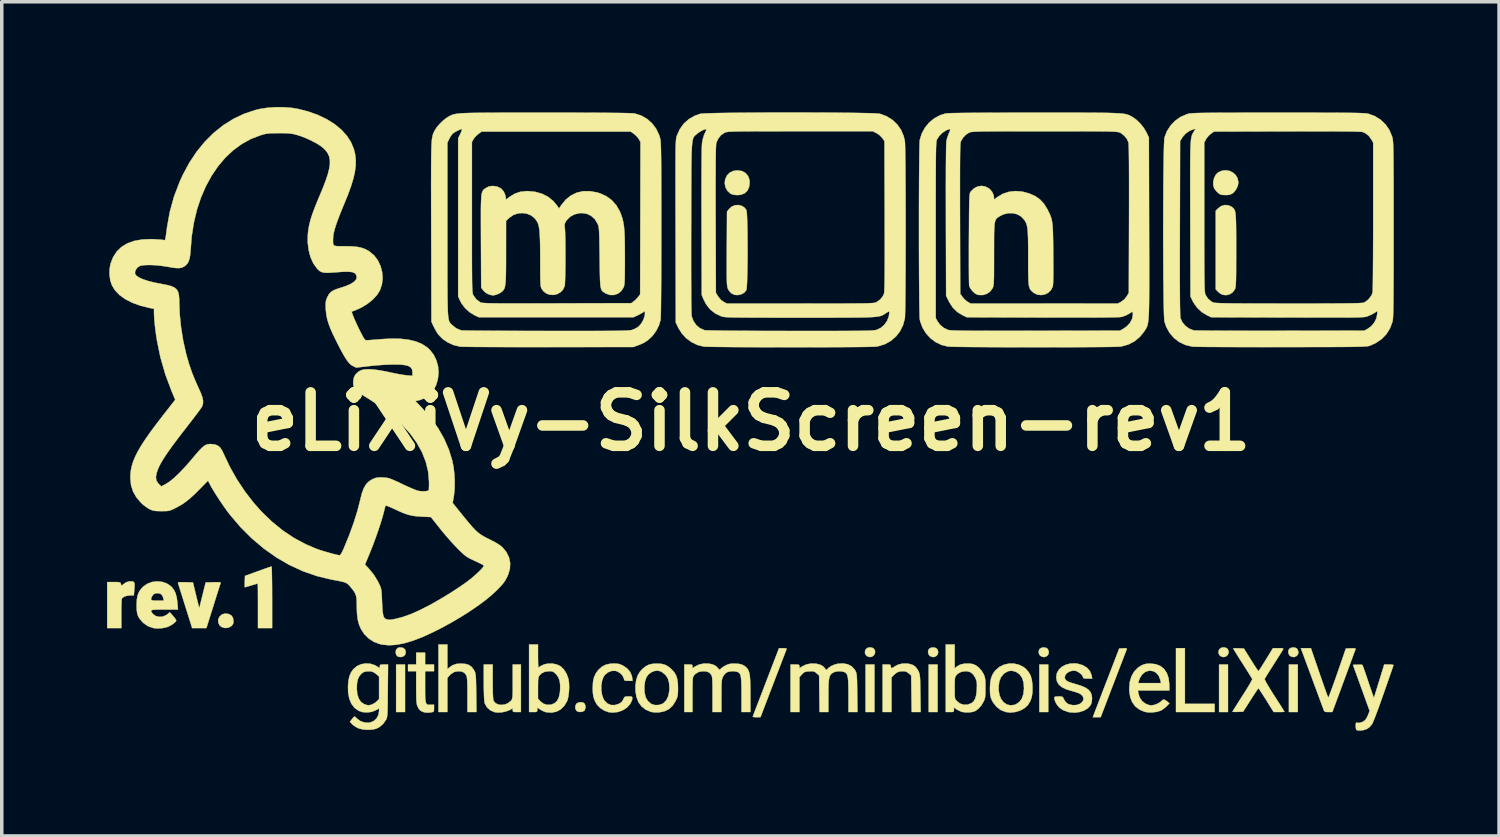
<source format=kicad_pcb>
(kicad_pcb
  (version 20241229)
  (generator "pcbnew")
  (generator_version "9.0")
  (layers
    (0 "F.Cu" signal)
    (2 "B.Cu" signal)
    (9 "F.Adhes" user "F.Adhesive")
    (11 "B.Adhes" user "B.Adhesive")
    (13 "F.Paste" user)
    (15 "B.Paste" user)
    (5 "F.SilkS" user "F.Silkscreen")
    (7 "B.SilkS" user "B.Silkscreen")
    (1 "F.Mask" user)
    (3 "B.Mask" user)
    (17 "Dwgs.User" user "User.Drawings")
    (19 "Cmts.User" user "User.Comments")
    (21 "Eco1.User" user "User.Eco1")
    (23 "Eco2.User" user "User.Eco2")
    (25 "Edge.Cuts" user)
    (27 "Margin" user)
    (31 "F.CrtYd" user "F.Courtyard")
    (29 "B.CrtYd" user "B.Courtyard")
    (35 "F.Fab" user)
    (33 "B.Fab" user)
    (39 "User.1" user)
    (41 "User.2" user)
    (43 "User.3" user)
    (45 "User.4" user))
  (footprint "eLiXiVy-SilkScreen-rev1"
    (layer "F.Cu")
    (at 18.357 8.966)
    (property "Reference" "eLiXiVy-SilkScreen-rev1" (at 0 0 0) (layer "F.SilkS") (effects (font (size 1.524 1.524) (thickness 0.3))))
    (attr through_hole)
    (fp_poly (pts (xy -9.864 8.276) (xy -10.118 8.276) (xy -10.118 6.921) (xy -9.864 6.921) (xy -9.864 8.276)) (stroke (width 0.01) (type solid)) (fill yes) (layer "F.SilkS"))
    (fp_poly (pts (xy 3.514 8.276) (xy 3.26 8.276) (xy 3.26 6.921) (xy 3.514 6.921) (xy 3.514 8.276)) (stroke (width 0.01) (type solid)) (fill yes) (layer "F.SilkS"))
    (fp_poly (pts (xy 5.313 8.276) (xy 5.059 8.276) (xy 5.059 6.921) (xy 5.313 6.921) (xy 5.313 8.276)) (stroke (width 0.01) (type solid)) (fill yes) (layer "F.SilkS"))
    (fp_poly (pts (xy 8.467 8.276) (xy 8.213 8.276) (xy 8.213 6.921) (xy 8.467 6.921) (xy 8.467 8.276)) (stroke (width 0.01) (type solid)) (fill yes) (layer "F.SilkS"))
    (fp_poly (pts (xy 13.589 8.276) (xy 13.335 8.276) (xy 13.335 6.921) (xy 13.589 6.921) (xy 13.589 8.276)) (stroke (width 0.01) (type solid)) (fill yes) (layer "F.SilkS"))
    (fp_poly (pts (xy 15.579 8.276) (xy 15.325 8.276) (xy 15.325 6.921) (xy 15.579 6.921) (xy 15.579 8.276)) (stroke (width 0.01) (type solid)) (fill yes) (layer "F.SilkS"))
    (fp_poly (pts (xy 12.361 8.043) (xy 13.208 8.043) (xy 13.208 8.276) (xy 12.107 8.276) (xy 12.107 6.456) (xy 12.361 6.456) (xy 12.361 8.043)) (stroke (width 0.01) (type solid)) (fill yes) (layer "F.SilkS"))
    (fp_poly (pts (xy 3.453 6.444) (xy 3.5 6.473) (xy 3.532 6.535) (xy 3.529 6.601) (xy 3.498 6.659) (xy 3.443 6.699) (xy 3.387 6.71) (xy 3.325 6.695) (xy 3.281 6.668) (xy 3.244 6.604) (xy 3.246 6.532) (xy 3.271 6.482) (xy 3.319 6.446) (xy 3.386 6.433) (xy 3.453 6.444)) (stroke (width 0.01) (type solid)) (fill yes) (layer "F.SilkS"))
    (fp_poly (pts (xy 13.528 6.444) (xy 13.575 6.473) (xy 13.607 6.535) (xy 13.604 6.601) (xy 13.573 6.659) (xy 13.518 6.699) (xy 13.462 6.71) (xy 13.4 6.695) (xy 13.356 6.668) (xy 13.319 6.604) (xy 13.322 6.532) (xy 13.347 6.482) (xy 13.395 6.446) (xy 13.461 6.433) (xy 13.528 6.444)) (stroke (width 0.01) (type solid)) (fill yes) (layer "F.SilkS"))
    (fp_poly (pts (xy 5.267 6.453) (xy 5.301 6.482) (xy 5.33 6.553) (xy 5.322 6.62) (xy 5.284 6.675) (xy 5.221 6.706) (xy 5.186 6.71) (xy 5.124 6.695) (xy 5.08 6.668) (xy 5.046 6.609) (xy 5.041 6.541) (xy 5.066 6.481) (xy 5.076 6.47) (xy 5.134 6.44) (xy 5.204 6.435) (xy 5.267 6.453)) (stroke (width 0.01) (type solid)) (fill yes) (layer "F.SilkS"))
    (fp_poly (pts (xy 8.421 6.453) (xy 8.455 6.482) (xy 8.483 6.553) (xy 8.476 6.62) (xy 8.438 6.675) (xy 8.375 6.706) (xy 8.34 6.71) (xy 8.278 6.695) (xy 8.234 6.668) (xy 8.2 6.609) (xy 8.195 6.541) (xy 8.219 6.481) (xy 8.23 6.47) (xy 8.288 6.44) (xy 8.357 6.435) (xy 8.421 6.453)) (stroke (width 0.01) (type solid)) (fill yes) (layer "F.SilkS"))
    (fp_poly (pts (xy 15.533 6.453) (xy 15.567 6.482) (xy 15.595 6.553) (xy 15.588 6.62) (xy 15.55 6.675) (xy 15.487 6.706) (xy 15.452 6.71) (xy 15.39 6.695) (xy 15.346 6.668) (xy 15.312 6.609) (xy 15.307 6.541) (xy 15.331 6.481) (xy 15.342 6.47) (xy 15.4 6.44) (xy 15.469 6.435) (xy 15.533 6.453)) (stroke (width 0.01) (type solid)) (fill yes) (layer "F.SilkS"))
    (fp_poly (pts (xy -9.913 6.45) (xy -9.862 6.495) (xy -9.843 6.569) (xy -9.842 6.578) (xy -9.861 6.642) (xy -9.908 6.687) (xy -9.973 6.709) (xy -10.045 6.703) (xy -10.079 6.688) (xy -10.116 6.645) (xy -10.131 6.581) (xy -10.122 6.515) (xy -10.108 6.487) (xy -10.072 6.449) (xy -10.018 6.435) (xy -9.993 6.435) (xy -9.913 6.45)) (stroke (width 0.01) (type solid)) (fill yes) (layer "F.SilkS"))
    (fp_poly (pts (xy -4.786 8.007) (xy -4.748 8.035) (xy -4.724 8.095) (xy -4.724 8.165) (xy -4.745 8.225) (xy -4.759 8.241) (xy -4.815 8.269) (xy -4.886 8.275) (xy -4.951 8.259) (xy -4.981 8.237) (xy -5.011 8.177) (xy -5.012 8.106) (xy -4.984 8.044) (xy -4.973 8.032) (xy -4.918 8.003) (xy -4.85 7.995) (xy -4.786 8.007)) (stroke (width 0.01) (type solid)) (fill yes) (layer "F.SilkS"))
    (fp_poly (pts (xy -14.896 5.48) (xy -14.891 5.482) (xy -14.813 5.524) (xy -14.768 5.591) (xy -14.753 5.685) (xy -14.753 5.686) (xy -14.76 5.752) (xy -14.786 5.799) (xy -14.818 5.83) (xy -14.902 5.874) (xy -14.997 5.882) (xy -15.091 5.854) (xy -15.094 5.853) (xy -15.152 5.8) (xy -15.186 5.725) (xy -15.19 5.645) (xy -15.188 5.636) (xy -15.147 5.551) (xy -15.08 5.494) (xy -14.994 5.469) (xy -14.896 5.48)) (stroke (width 0.01) (type solid)) (fill yes) (layer "F.SilkS"))
    (fp_poly (pts (xy -0.267 -7.142) (xy -0.167 -7.09) (xy -0.093 -7.008) (xy -0.051 -6.902) (xy -0.042 -6.816) (xy -0.059 -6.686) (xy -0.106 -6.583) (xy -0.184 -6.509) (xy -0.289 -6.466) (xy -0.391 -6.456) (xy -0.496 -6.464) (xy -0.574 -6.49) (xy -0.588 -6.498) (xy -0.673 -6.573) (xy -0.729 -6.673) (xy -0.753 -6.786) (xy -0.742 -6.897) (xy -0.692 -7.011) (xy -0.614 -7.094) (xy -0.51 -7.144) (xy -0.389 -7.16) (xy -0.267 -7.142)) (stroke (width 0.01) (type solid)) (fill yes) (layer "F.SilkS"))
    (fp_poly (pts (xy 10.699 6.462) (xy 10.706 6.477) (xy 10.701 6.492) (xy 10.691 6.519) (xy 10.667 6.581) (xy 10.631 6.675) (xy 10.585 6.796) (xy 10.529 6.941) (xy 10.466 7.105) (xy 10.397 7.285) (xy 10.324 7.476) (xy 10.323 7.477) (xy 9.96 8.424) (xy 9.737 8.424) (xy 9.779 8.313) (xy 9.795 8.27) (xy 9.825 8.192) (xy 9.867 8.084) (xy 9.918 7.951) (xy 9.977 7.797) (xy 10.042 7.626) (xy 10.112 7.445) (xy 10.155 7.334) (xy 10.489 6.466) (xy 10.602 6.46) (xy 10.667 6.458) (xy 10.699 6.462)) (stroke (width 0.01) (type solid)) (fill yes) (layer "F.SilkS"))
    (fp_poly (pts (xy 13.632 -7.145) (xy 13.73 -7.098) (xy 13.809 -7.026) (xy 13.863 -6.933) (xy 13.885 -6.821) (xy 13.885 -6.81) (xy 13.869 -6.722) (xy 13.826 -6.628) (xy 13.766 -6.546) (xy 13.718 -6.504) (xy 13.654 -6.472) (xy 13.579 -6.458) (xy 13.528 -6.458) (xy 13.456 -6.46) (xy 13.399 -6.466) (xy 13.377 -6.471) (xy 13.328 -6.501) (xy 13.271 -6.553) (xy 13.22 -6.613) (xy 13.196 -6.651) (xy 13.169 -6.741) (xy 13.17 -6.845) (xy 13.196 -6.948) (xy 13.242 -7.038) (xy 13.304 -7.1) (xy 13.412 -7.149) (xy 13.524 -7.163) (xy 13.632 -7.145)) (stroke (width 0.01) (type solid)) (fill yes) (layer "F.SilkS"))
    (fp_poly (pts (xy 0.968 6.459) (xy 1.006 6.467) (xy 1.012 6.474) (xy 1.004 6.497) (xy 0.981 6.555) (xy 0.947 6.645) (xy 0.901 6.764) (xy 0.847 6.906) (xy 0.785 7.068) (xy 0.716 7.246) (xy 0.643 7.437) (xy 0.635 7.458) (xy 0.265 8.424) (xy 0.152 8.424) (xy 0.091 8.421) (xy 0.053 8.413) (xy 0.046 8.405) (xy 0.055 8.382) (xy 0.077 8.323) (xy 0.112 8.233) (xy 0.157 8.114) (xy 0.212 7.972) (xy 0.274 7.81) (xy 0.343 7.631) (xy 0.416 7.44) (xy 0.423 7.421) (xy 0.794 6.456) (xy 0.907 6.456) (xy 0.968 6.459)) (stroke (width 0.01) (type solid)) (fill yes) (layer "F.SilkS"))
    (fp_poly (pts (xy -17.633 4.554) (xy -17.596 4.568) (xy -17.577 4.601) (xy -17.571 4.658) (xy -17.576 4.749) (xy -17.578 4.771) (xy -17.593 4.953) (xy -17.698 4.953) (xy -17.793 4.963) (xy -17.872 4.99) (xy -17.924 5.029) (xy -17.936 5.049) (xy -17.94 5.08) (xy -17.944 5.147) (xy -17.947 5.241) (xy -17.949 5.355) (xy -17.949 5.483) (xy -17.949 5.884) (xy -18.352 5.884) (xy -18.352 4.572) (xy -18.163 4.572) (xy -18.074 4.572) (xy -18.017 4.576) (xy -17.986 4.584) (xy -17.97 4.599) (xy -17.962 4.625) (xy -17.961 4.628) (xy -17.947 4.683) (xy -17.901 4.641) (xy -17.813 4.579) (xy -17.724 4.553) (xy -17.691 4.551) (xy -17.633 4.554)) (stroke (width 0.01) (type solid)) (fill yes) (layer "F.SilkS"))
    (fp_poly (pts (xy -13.665 4.148) (xy -13.662 4.206) (xy -13.659 4.298) (xy -13.657 4.419) (xy -13.655 4.565) (xy -13.653 4.731) (xy -13.653 4.913) (xy -13.652 5.006) (xy -13.652 5.884) (xy -14.055 5.884) (xy -14.055 5.249) (xy -14.055 5.09) (xy -14.056 4.946) (xy -14.056 4.821) (xy -14.058 4.721) (xy -14.059 4.652) (xy -14.061 4.617) (xy -14.062 4.614) (xy -14.083 4.62) (xy -14.136 4.635) (xy -14.21 4.657) (xy -14.245 4.667) (xy -14.325 4.691) (xy -14.388 4.709) (xy -14.425 4.719) (xy -14.43 4.72) (xy -14.433 4.701) (xy -14.433 4.649) (xy -14.432 4.576) (xy -14.431 4.558) (xy -14.425 4.396) (xy -14.055 4.262) (xy -13.937 4.219) (xy -13.833 4.182) (xy -13.749 4.153) (xy -13.692 4.134) (xy -13.669 4.128) (xy -13.665 4.148)) (stroke (width 0.01) (type solid)) (fill yes) (layer "F.SilkS"))
    (fp_poly (pts (xy -9.292 6.921) (xy -9.038 6.921) (xy -9.038 7.112) (xy -9.292 7.112) (xy -9.292 7.552) (xy -9.292 7.715) (xy -9.29 7.839) (xy -9.284 7.931) (xy -9.274 7.995) (xy -9.258 8.036) (xy -9.235 8.059) (xy -9.202 8.069) (xy -9.159 8.07) (xy -9.136 8.07) (xy -9.038 8.065) (xy -9.038 8.168) (xy -9.04 8.23) (xy -9.05 8.262) (xy -9.078 8.276) (xy -9.118 8.284) (xy -9.209 8.294) (xy -9.283 8.29) (xy -9.341 8.276) (xy -9.412 8.245) (xy -9.464 8.195) (xy -9.507 8.117) (xy -9.52 8.084) (xy -9.529 8.045) (xy -9.536 7.993) (xy -9.541 7.923) (xy -9.544 7.828) (xy -9.545 7.702) (xy -9.546 7.572) (xy -9.546 7.112) (xy -9.779 7.112) (xy -9.779 6.921) (xy -9.546 6.921) (xy -9.546 6.583) (xy -9.292 6.583) (xy -9.292 6.921)) (stroke (width 0.01) (type solid)) (fill yes) (layer "F.SilkS"))
    (fp_poly (pts (xy -8.657 7.056) (xy -8.61 7.012) (xy -8.51 6.942) (xy -8.395 6.904) (xy -8.276 6.895) (xy -8.146 6.904) (xy -8.047 6.933) (xy -7.97 6.986) (xy -7.907 7.067) (xy -7.888 7.101) (xy -7.874 7.13) (xy -7.863 7.16) (xy -7.855 7.199) (xy -7.848 7.25) (xy -7.844 7.321) (xy -7.841 7.417) (xy -7.838 7.542) (xy -7.836 7.704) (xy -7.835 7.731) (xy -7.829 8.276) (xy -8.086 8.276) (xy -8.086 7.787) (xy -8.086 7.623) (xy -8.088 7.495) (xy -8.091 7.398) (xy -8.096 7.327) (xy -8.103 7.277) (xy -8.113 7.242) (xy -8.118 7.229) (xy -8.169 7.161) (xy -8.245 7.123) (xy -8.342 7.112) (xy -8.453 7.131) (xy -8.55 7.188) (xy -8.602 7.24) (xy -8.657 7.306) (xy -8.657 8.276) (xy -8.911 8.276) (xy -8.911 6.35) (xy -8.657 6.35) (xy -8.657 7.056)) (stroke (width 0.01) (type solid)) (fill yes) (layer "F.SilkS"))
    (fp_poly (pts (xy 13.596 -6.167) (xy 13.692 -6.123) (xy 13.706 -6.113) (xy 13.731 -6.092) (xy 13.752 -6.071) (xy 13.77 -6.046) (xy 13.785 -6.014) (xy 13.796 -5.97) (xy 13.805 -5.911) (xy 13.811 -5.834) (xy 13.816 -5.734) (xy 13.819 -5.609) (xy 13.821 -5.455) (xy 13.822 -5.268) (xy 13.822 -5.044) (xy 13.822 -4.885) (xy 13.822 -4.646) (xy 13.821 -4.446) (xy 13.821 -4.28) (xy 13.819 -4.146) (xy 13.817 -4.039) (xy 13.814 -3.956) (xy 13.811 -3.893) (xy 13.806 -3.847) (xy 13.8 -3.813) (xy 13.793 -3.789) (xy 13.785 -3.769) (xy 13.721 -3.684) (xy 13.635 -3.628) (xy 13.538 -3.604) (xy 13.438 -3.616) (xy 13.409 -3.627) (xy 13.349 -3.664) (xy 13.294 -3.713) (xy 13.293 -3.714) (xy 13.24 -3.771) (xy 13.24 -6.009) (xy 13.301 -6.073) (xy 13.392 -6.141) (xy 13.493 -6.173) (xy 13.596 -6.167)) (stroke (width 0.01) (type solid)) (fill yes) (layer "F.SilkS"))
    (fp_poly (pts (xy -15.164 4.576) (xy -15.13 4.581) (xy -15.118 4.592) (xy -15.12 4.601) (xy -15.129 4.628) (xy -15.149 4.691) (xy -15.178 4.783) (xy -15.216 4.9) (xy -15.259 5.037) (xy -15.307 5.189) (xy -15.328 5.258) (xy -15.525 5.884) (xy -15.931 5.884) (xy -16.128 5.255) (xy -16.178 5.098) (xy -16.223 4.954) (xy -16.263 4.828) (xy -16.295 4.724) (xy -16.319 4.648) (xy -16.333 4.605) (xy -16.336 4.598) (xy -16.331 4.585) (xy -16.304 4.578) (xy -16.246 4.575) (xy -16.154 4.576) (xy -16.127 4.577) (xy -15.908 4.583) (xy -15.819 4.953) (xy -15.791 5.07) (xy -15.765 5.171) (xy -15.745 5.25) (xy -15.732 5.299) (xy -15.727 5.313) (xy -15.721 5.29) (xy -15.707 5.233) (xy -15.686 5.148) (xy -15.66 5.043) (xy -15.635 4.942) (xy -15.546 4.583) (xy -15.327 4.577) (xy -15.228 4.575) (xy -15.164 4.576)) (stroke (width 0.01) (type solid)) (fill yes) (layer "F.SilkS"))
    (fp_poly (pts (xy 4.493 6.901) (xy 4.599 6.931) (xy 4.676 6.979) (xy 4.736 7.055) (xy 4.763 7.103) (xy 4.779 7.136) (xy 4.791 7.168) (xy 4.801 7.205) (xy 4.808 7.252) (xy 4.813 7.315) (xy 4.817 7.401) (xy 4.819 7.514) (xy 4.821 7.661) (xy 4.823 7.742) (xy 4.83 8.276) (xy 4.575 8.276) (xy 4.568 7.756) (xy 4.561 7.235) (xy 4.492 7.174) (xy 4.43 7.13) (xy 4.363 7.113) (xy 4.33 7.112) (xy 4.231 7.12) (xy 4.154 7.149) (xy 4.082 7.206) (xy 4.069 7.219) (xy 4 7.289) (xy 4 8.276) (xy 3.747 8.276) (xy 3.747 6.921) (xy 3.863 6.921) (xy 3.93 6.923) (xy 3.964 6.93) (xy 3.977 6.948) (xy 3.979 6.974) (xy 3.986 7.015) (xy 4.011 7.024) (xy 4.056 7.001) (xy 4.094 6.975) (xy 4.191 6.924) (xy 4.31 6.896) (xy 4.439 6.894) (xy 4.493 6.901)) (stroke (width 0.01) (type solid)) (fill yes) (layer "F.SilkS"))
    (fp_poly (pts (xy -0.27 -6.151) (xy -0.189 -6.1) (xy -0.137 -6.03) (xy -0.129 -5.994) (xy -0.122 -5.92) (xy -0.116 -5.813) (xy -0.111 -5.68) (xy -0.107 -5.524) (xy -0.104 -5.351) (xy -0.103 -5.165) (xy -0.102 -4.973) (xy -0.102 -4.778) (xy -0.103 -4.586) (xy -0.106 -4.402) (xy -0.109 -4.231) (xy -0.113 -4.077) (xy -0.118 -3.947) (xy -0.125 -3.844) (xy -0.132 -3.774) (xy -0.139 -3.744) (xy -0.195 -3.677) (xy -0.279 -3.63) (xy -0.376 -3.607) (xy -0.474 -3.613) (xy -0.476 -3.614) (xy -0.562 -3.656) (xy -0.632 -3.73) (xy -0.666 -3.794) (xy -0.674 -3.819) (xy -0.68 -3.85) (xy -0.686 -3.892) (xy -0.69 -3.948) (xy -0.693 -4.021) (xy -0.695 -4.117) (xy -0.696 -4.237) (xy -0.696 -4.387) (xy -0.696 -4.569) (xy -0.695 -4.788) (xy -0.694 -4.934) (xy -0.688 -5.983) (xy -0.63 -6.059) (xy -0.554 -6.128) (xy -0.462 -6.166) (xy -0.365 -6.174) (xy -0.27 -6.151)) (stroke (width 0.01) (type solid)) (fill yes) (layer "F.SilkS"))
    (fp_poly (pts (xy -7.366 7.414) (xy -7.365 7.594) (xy -7.362 7.734) (xy -7.357 7.839) (xy -7.351 7.911) (xy -7.341 7.953) (xy -7.339 7.959) (xy -7.285 8.023) (xy -7.208 8.061) (xy -7.116 8.074) (xy -7.02 8.061) (xy -6.928 8.023) (xy -6.85 7.959) (xy -6.839 7.946) (xy -6.824 7.925) (xy -6.814 7.902) (xy -6.806 7.87) (xy -6.8 7.822) (xy -6.797 7.755) (xy -6.795 7.661) (xy -6.795 7.535) (xy -6.795 7.405) (xy -6.795 6.921) (xy -6.562 6.921) (xy -6.562 8.276) (xy -6.678 8.276) (xy -6.745 8.275) (xy -6.78 8.267) (xy -6.793 8.25) (xy -6.795 8.224) (xy -6.795 8.172) (xy -6.895 8.224) (xy -6.993 8.261) (xy -7.108 8.284) (xy -7.223 8.29) (xy -7.313 8.279) (xy -7.432 8.228) (xy -7.525 8.146) (xy -7.587 8.039) (xy -7.598 8.006) (xy -7.604 7.962) (xy -7.61 7.882) (xy -7.614 7.774) (xy -7.618 7.644) (xy -7.62 7.499) (xy -7.62 7.424) (xy -7.62 6.921) (xy -7.366 6.921) (xy -7.366 7.414)) (stroke (width 0.01) (type solid)) (fill yes) (layer "F.SilkS"))
    (fp_poly (pts (xy 16.192 7.155) (xy 16.248 7.318) (xy 16.301 7.469) (xy 16.348 7.602) (xy 16.387 7.712) (xy 16.418 7.796) (xy 16.439 7.848) (xy 16.447 7.864) (xy 16.457 7.846) (xy 16.479 7.794) (xy 16.511 7.71) (xy 16.552 7.599) (xy 16.6 7.466) (xy 16.654 7.316) (xy 16.705 7.17) (xy 16.948 6.466) (xy 17.092 6.46) (xy 17.17 6.459) (xy 17.213 6.463) (xy 17.227 6.475) (xy 17.226 6.481) (xy 17.217 6.506) (xy 17.194 6.567) (xy 17.16 6.659) (xy 17.116 6.778) (xy 17.064 6.92) (xy 17.004 7.082) (xy 16.939 7.258) (xy 16.89 7.392) (xy 16.563 8.276) (xy 16.451 8.276) (xy 16.384 8.274) (xy 16.347 8.263) (xy 16.327 8.24) (xy 16.322 8.229) (xy 16.311 8.199) (xy 16.287 8.134) (xy 16.251 8.038) (xy 16.206 7.916) (xy 16.153 7.773) (xy 16.094 7.612) (xy 16.029 7.439) (xy 16.006 7.377) (xy 15.941 7.199) (xy 15.879 7.033) (xy 15.823 6.882) (xy 15.774 6.75) (xy 15.735 6.643) (xy 15.706 6.565) (xy 15.689 6.521) (xy 15.687 6.514) (xy 15.664 6.456) (xy 15.952 6.456) (xy 16.192 7.155)) (stroke (width 0.01) (type solid)) (fill yes) (layer "F.SilkS"))
    (fp_poly (pts (xy 11.533 6.913) (xy 11.663 6.965) (xy 11.768 7.05) (xy 11.846 7.165) (xy 11.896 7.31) (xy 11.916 7.484) (xy 11.917 7.518) (xy 11.917 7.662) (xy 11.022 7.662) (xy 11.037 7.752) (xy 11.074 7.866) (xy 11.142 7.962) (xy 11.233 8.035) (xy 11.339 8.078) (xy 11.41 8.085) (xy 11.496 8.071) (xy 11.588 8.035) (xy 11.667 7.986) (xy 11.693 7.962) (xy 11.734 7.926) (xy 11.773 7.921) (xy 11.823 7.949) (xy 11.853 7.972) (xy 11.92 8.028) (xy 11.839 8.112) (xy 11.773 8.17) (xy 11.7 8.221) (xy 11.669 8.237) (xy 11.562 8.27) (xy 11.435 8.287) (xy 11.309 8.286) (xy 11.217 8.27) (xy 11.068 8.208) (xy 10.949 8.117) (xy 10.86 7.997) (xy 10.802 7.848) (xy 10.776 7.672) (xy 10.774 7.608) (xy 10.788 7.451) (xy 11.031 7.451) (xy 11.68 7.451) (xy 11.66 7.361) (xy 11.618 7.249) (xy 11.551 7.165) (xy 11.465 7.113) (xy 11.363 7.097) (xy 11.337 7.099) (xy 11.232 7.132) (xy 11.145 7.202) (xy 11.079 7.305) (xy 11.049 7.386) (xy 11.031 7.451) (xy 10.788 7.451) (xy 10.79 7.422) (xy 10.838 7.259) (xy 10.917 7.121) (xy 11.023 7.011) (xy 11.119 6.95) (xy 11.193 6.918) (xy 11.267 6.901) (xy 11.36 6.896) (xy 11.379 6.896) (xy 11.533 6.913)) (stroke (width 0.01) (type solid)) (fill yes) (layer "F.SilkS"))
    (fp_poly (pts (xy 7.632 6.928) (xy 7.76 6.992) (xy 7.836 7.054) (xy 7.912 7.143) (xy 7.964 7.238) (xy 7.997 7.349) (xy 8.015 7.487) (xy 8.018 7.556) (xy 8.016 7.721) (xy 7.995 7.855) (xy 7.953 7.97) (xy 7.888 8.073) (xy 7.874 8.09) (xy 7.781 8.172) (xy 7.661 8.236) (xy 7.525 8.276) (xy 7.385 8.291) (xy 7.254 8.275) (xy 7.113 8.219) (xy 6.992 8.126) (xy 6.894 8.002) (xy 6.854 7.927) (xy 6.831 7.866) (xy 6.816 7.804) (xy 6.808 7.726) (xy 6.806 7.621) (xy 6.806 7.609) (xy 6.807 7.568) (xy 7.051 7.568) (xy 7.053 7.653) (xy 7.077 7.794) (xy 7.126 7.91) (xy 7.197 8) (xy 7.285 8.06) (xy 7.386 8.085) (xy 7.495 8.073) (xy 7.541 8.057) (xy 7.641 7.992) (xy 7.713 7.896) (xy 7.758 7.767) (xy 7.776 7.607) (xy 7.776 7.599) (xy 7.764 7.437) (xy 7.723 7.305) (xy 7.652 7.204) (xy 7.553 7.134) (xy 7.541 7.129) (xy 7.431 7.099) (xy 7.327 7.11) (xy 7.227 7.164) (xy 7.194 7.191) (xy 7.116 7.289) (xy 7.069 7.414) (xy 7.051 7.568) (xy 6.807 7.568) (xy 6.812 7.449) (xy 6.835 7.319) (xy 6.877 7.21) (xy 6.941 7.112) (xy 6.964 7.085) (xy 7.074 6.991) (xy 7.204 6.927) (xy 7.345 6.896) (xy 7.491 6.896) (xy 7.632 6.928)) (stroke (width 0.01) (type solid)) (fill yes) (layer "F.SilkS"))
    (fp_poly (pts (xy -2.558 6.903) (xy -2.454 6.929) (xy -2.361 6.98) (xy -2.279 7.047) (xy -2.199 7.133) (xy -2.142 7.225) (xy -2.107 7.331) (xy -2.089 7.462) (xy -2.085 7.589) (xy -2.086 7.694) (xy -2.09 7.769) (xy -2.099 7.827) (xy -2.116 7.879) (xy -2.143 7.939) (xy -2.154 7.962) (xy -2.237 8.094) (xy -2.34 8.19) (xy -2.467 8.253) (xy -2.621 8.285) (xy -2.641 8.287) (xy -2.738 8.287) (xy -2.833 8.276) (xy -2.862 8.269) (xy -3.006 8.208) (xy -3.123 8.116) (xy -3.211 7.995) (xy -3.269 7.846) (xy -3.297 7.672) (xy -3.297 7.547) (xy -3.044 7.547) (xy -3.039 7.716) (xy -3.007 7.854) (xy -2.945 7.961) (xy -2.855 8.039) (xy -2.833 8.051) (xy -2.739 8.078) (xy -2.634 8.075) (xy -2.535 8.044) (xy -2.498 8.022) (xy -2.419 7.94) (xy -2.363 7.826) (xy -2.334 7.684) (xy -2.329 7.588) (xy -2.339 7.445) (xy -2.37 7.33) (xy -2.426 7.238) (xy -2.469 7.193) (xy -2.563 7.124) (xy -2.657 7.095) (xy -2.758 7.107) (xy -2.83 7.135) (xy -2.921 7.197) (xy -2.985 7.285) (xy -3.026 7.402) (xy -3.044 7.547) (xy -3.297 7.547) (xy -3.298 7.537) (xy -3.277 7.37) (xy -3.234 7.233) (xy -3.163 7.118) (xy -3.097 7.047) (xy -3.003 6.971) (xy -2.909 6.924) (xy -2.802 6.901) (xy -2.688 6.895) (xy -2.558 6.903)) (stroke (width 0.01) (type solid)) (fill yes) (layer "F.SilkS"))
    (fp_poly (pts (xy 18.255 6.924) (xy 18.296 6.932) (xy 18.305 6.947) (xy 18.304 6.948) (xy 18.295 6.973) (xy 18.274 7.034) (xy 18.242 7.126) (xy 18.201 7.244) (xy 18.152 7.385) (xy 18.097 7.542) (xy 18.037 7.713) (xy 18.023 7.754) (xy 17.961 7.93) (xy 17.901 8.098) (xy 17.845 8.251) (xy 17.794 8.385) (xy 17.751 8.494) (xy 17.718 8.574) (xy 17.696 8.62) (xy 17.694 8.624) (xy 17.613 8.715) (xy 17.543 8.76) (xy 17.458 8.789) (xy 17.366 8.803) (xy 17.285 8.799) (xy 17.256 8.791) (xy 17.239 8.764) (xy 17.23 8.703) (xy 17.23 8.675) (xy 17.231 8.613) (xy 17.239 8.584) (xy 17.257 8.579) (xy 17.272 8.583) (xy 17.335 8.585) (xy 17.409 8.563) (xy 17.477 8.524) (xy 17.5 8.503) (xy 17.534 8.456) (xy 17.569 8.388) (xy 17.585 8.35) (xy 17.626 8.244) (xy 17.389 7.588) (xy 17.151 6.932) (xy 17.278 6.926) (xy 17.348 6.925) (xy 17.401 6.929) (xy 17.421 6.936) (xy 17.431 6.96) (xy 17.453 7.019) (xy 17.484 7.106) (xy 17.522 7.215) (xy 17.565 7.342) (xy 17.589 7.415) (xy 17.633 7.546) (xy 17.672 7.662) (xy 17.705 7.757) (xy 17.73 7.827) (xy 17.744 7.865) (xy 17.747 7.87) (xy 17.755 7.849) (xy 17.773 7.793) (xy 17.799 7.708) (xy 17.833 7.599) (xy 17.872 7.473) (xy 17.897 7.392) (xy 18.042 6.921) (xy 18.178 6.921) (xy 18.255 6.924)) (stroke (width 0.01) (type solid)) (fill yes) (layer "F.SilkS"))
    (fp_poly (pts (xy -3.83 6.897) (xy -3.76 6.908) (xy -3.693 6.934) (xy -3.649 6.955) (xy -3.532 7.035) (xy -3.448 7.134) (xy -3.4 7.247) (xy -3.392 7.29) (xy -3.381 7.387) (xy -3.498 7.387) (xy -3.565 7.386) (xy -3.601 7.378) (xy -3.618 7.358) (xy -3.627 7.322) (xy -3.662 7.243) (xy -3.727 7.172) (xy -3.81 7.12) (xy -3.869 7.102) (xy -3.975 7.104) (xy -4.077 7.143) (xy -4.163 7.212) (xy -4.208 7.275) (xy -4.249 7.385) (xy -4.27 7.514) (xy -4.27 7.65) (xy -4.251 7.782) (xy -4.212 7.896) (xy -4.177 7.955) (xy -4.093 8.035) (xy -3.993 8.076) (xy -3.882 8.077) (xy -3.772 8.043) (xy -3.702 8.001) (xy -3.658 7.945) (xy -3.645 7.917) (xy -3.622 7.868) (xy -3.598 7.842) (xy -3.558 7.833) (xy -3.498 7.832) (xy -3.433 7.833) (xy -3.4 7.841) (xy -3.388 7.861) (xy -3.387 7.893) (xy -3.398 7.945) (xy -3.429 8.012) (xy -3.455 8.056) (xy -3.545 8.154) (xy -3.663 8.228) (xy -3.799 8.275) (xy -3.944 8.291) (xy -4.066 8.279) (xy -4.184 8.236) (xy -4.295 8.165) (xy -4.385 8.076) (xy -4.405 8.047) (xy -4.457 7.953) (xy -4.49 7.859) (xy -4.509 7.75) (xy -4.516 7.615) (xy -4.516 7.588) (xy -4.507 7.42) (xy -4.477 7.282) (xy -4.422 7.165) (xy -4.352 7.073) (xy -4.252 6.984) (xy -4.143 6.927) (xy -4.013 6.899) (xy -3.923 6.894) (xy -3.83 6.897)) (stroke (width 0.01) (type solid)) (fill yes) (layer "F.SilkS"))
    (fp_poly (pts (xy -16.792 4.565) (xy -16.659 4.609) (xy -16.545 4.684) (xy -16.518 4.71) (xy -16.45 4.795) (xy -16.402 4.894) (xy -16.37 5.016) (xy -16.35 5.171) (xy -16.349 5.181) (xy -16.335 5.355) (xy -16.719 5.355) (xy -16.864 5.356) (xy -16.971 5.358) (xy -17.043 5.363) (xy -17.086 5.374) (xy -17.102 5.391) (xy -17.097 5.416) (xy -17.073 5.45) (xy -17.048 5.48) (xy -16.975 5.537) (xy -16.882 5.563) (xy -16.782 5.559) (xy -16.685 5.522) (xy -16.635 5.488) (xy -16.569 5.432) (xy -16.477 5.536) (xy -16.429 5.594) (xy -16.396 5.641) (xy -16.384 5.666) (xy -16.4 5.699) (xy -16.445 5.742) (xy -16.508 5.787) (xy -16.577 5.827) (xy -16.636 5.852) (xy -16.772 5.884) (xy -16.91 5.895) (xy -17.032 5.884) (xy -17.032 5.884) (xy -17.184 5.832) (xy -17.316 5.742) (xy -17.365 5.693) (xy -17.428 5.617) (xy -17.471 5.545) (xy -17.497 5.466) (xy -17.51 5.368) (xy -17.514 5.241) (xy -17.514 5.228) (xy -17.507 5.071) (xy -17.507 5.068) (xy -17.103 5.068) (xy -17.082 5.089) (xy -17.03 5.099) (xy -16.941 5.101) (xy -16.92 5.101) (xy -16.738 5.101) (xy -16.751 5.034) (xy -16.783 4.951) (xy -16.838 4.903) (xy -16.903 4.889) (xy -16.982 4.896) (xy -17.033 4.922) (xy -17.07 4.973) (xy -17.072 4.976) (xy -17.098 5.032) (xy -17.103 5.068) (xy -17.507 5.068) (xy -17.483 4.945) (xy -17.439 4.84) (xy -17.372 4.749) (xy -17.325 4.701) (xy -17.208 4.62) (xy -17.075 4.57) (xy -16.933 4.552) (xy -16.792 4.565)) (stroke (width 0.01) (type solid)) (fill yes) (layer "F.SilkS"))
    (fp_poly (pts (xy -6.075 6.678) (xy -6.074 6.791) (xy -6.072 6.886) (xy -6.069 6.958) (xy -6.066 6.999) (xy -6.063 7.006) (xy -6.04 6.995) (xy -5.999 6.967) (xy -5.995 6.964) (xy -5.9 6.918) (xy -5.783 6.895) (xy -5.659 6.896) (xy -5.54 6.92) (xy -5.439 6.967) (xy -5.424 6.977) (xy -5.333 7.069) (xy -5.259 7.188) (xy -5.211 7.32) (xy -5.205 7.342) (xy -5.191 7.451) (xy -5.187 7.578) (xy -5.194 7.709) (xy -5.209 7.831) (xy -5.232 7.93) (xy -5.244 7.961) (xy -5.324 8.097) (xy -5.426 8.199) (xy -5.548 8.265) (xy -5.686 8.293) (xy -5.837 8.281) (xy -5.858 8.277) (xy -5.919 8.254) (xy -5.99 8.218) (xy -6.012 8.204) (xy -6.096 8.149) (xy -6.096 8.212) (xy -6.098 8.249) (xy -6.111 8.268) (xy -6.145 8.275) (xy -6.21 8.276) (xy -6.212 8.276) (xy -6.329 8.276) (xy -6.329 7.59) (xy -6.075 7.59) (xy -6.075 7.894) (xy -6.011 7.967) (xy -5.924 8.036) (xy -5.821 8.07) (xy -5.711 8.067) (xy -5.606 8.027) (xy -5.532 7.961) (xy -5.481 7.86) (xy -5.451 7.724) (xy -5.444 7.641) (xy -5.443 7.495) (xy -5.46 7.379) (xy -5.495 7.287) (xy -5.551 7.208) (xy -5.566 7.192) (xy -5.619 7.144) (xy -5.665 7.12) (xy -5.722 7.112) (xy -5.756 7.112) (xy -5.877 7.127) (xy -5.973 7.174) (xy -6.031 7.231) (xy -6.048 7.257) (xy -6.06 7.287) (xy -6.068 7.33) (xy -6.073 7.393) (xy -6.074 7.483) (xy -6.075 7.59) (xy -6.329 7.59) (xy -6.329 6.35) (xy -6.075 6.35) (xy -6.075 6.678)) (stroke (width 0.01) (type solid)) (fill yes) (layer "F.SilkS"))
    (fp_poly (pts (xy 2.753 6.916) (xy 2.863 6.973) (xy 2.948 7.062) (xy 2.969 7.098) (xy 2.984 7.127) (xy 2.995 7.157) (xy 3.003 7.195) (xy 3.01 7.244) (xy 3.014 7.312) (xy 3.018 7.404) (xy 3.02 7.526) (xy 3.022 7.682) (xy 3.023 7.731) (xy 3.03 8.276) (xy 2.773 8.276) (xy 2.773 7.787) (xy 2.772 7.61) (xy 2.769 7.471) (xy 2.764 7.363) (xy 2.754 7.283) (xy 2.739 7.226) (xy 2.719 7.186) (xy 2.692 7.158) (xy 2.658 7.138) (xy 2.654 7.136) (xy 2.573 7.116) (xy 2.477 7.114) (xy 2.385 7.131) (xy 2.337 7.152) (xy 2.296 7.18) (xy 2.264 7.212) (xy 2.241 7.254) (xy 2.224 7.311) (xy 2.212 7.388) (xy 2.205 7.49) (xy 2.202 7.624) (xy 2.201 7.795) (xy 2.201 7.808) (xy 2.201 8.276) (xy 1.949 8.276) (xy 1.943 7.756) (xy 1.937 7.235) (xy 1.865 7.171) (xy 1.823 7.137) (xy 1.785 7.119) (xy 1.736 7.113) (xy 1.662 7.116) (xy 1.656 7.116) (xy 1.578 7.123) (xy 1.528 7.136) (xy 1.488 7.162) (xy 1.447 7.203) (xy 1.376 7.281) (xy 1.376 8.276) (xy 1.122 8.276) (xy 1.122 6.921) (xy 1.249 6.921) (xy 1.319 6.923) (xy 1.357 6.929) (xy 1.373 6.944) (xy 1.376 6.973) (xy 1.376 6.975) (xy 1.376 7.028) (xy 1.456 6.975) (xy 1.572 6.92) (xy 1.708 6.894) (xy 1.846 6.898) (xy 1.867 6.901) (xy 1.976 6.931) (xy 2.054 6.976) (xy 2.109 7.04) (xy 2.137 7.074) (xy 2.155 7.074) (xy 2.162 7.064) (xy 2.207 7.015) (xy 2.281 6.966) (xy 2.37 6.926) (xy 2.462 6.901) (xy 2.464 6.901) (xy 2.619 6.891) (xy 2.753 6.916)) (stroke (width 0.01) (type solid)) (fill yes) (layer "F.SilkS"))
    (fp_poly (pts (xy 5.8 7.031) (xy 5.864 6.977) (xy 5.957 6.925) (xy 6.076 6.897) (xy 6.215 6.894) (xy 6.315 6.908) (xy 6.399 6.943) (xy 6.486 7.008) (xy 6.564 7.096) (xy 6.625 7.196) (xy 6.628 7.202) (xy 6.649 7.254) (xy 6.663 7.303) (xy 6.672 7.362) (xy 6.677 7.439) (xy 6.678 7.545) (xy 6.678 7.588) (xy 6.677 7.706) (xy 6.674 7.792) (xy 6.667 7.855) (xy 6.655 7.906) (xy 6.636 7.955) (xy 6.629 7.969) (xy 6.565 8.079) (xy 6.484 8.174) (xy 6.397 8.241) (xy 6.388 8.246) (xy 6.309 8.273) (xy 6.208 8.286) (xy 6.102 8.286) (xy 6.009 8.272) (xy 5.997 8.268) (xy 5.924 8.238) (xy 5.854 8.2) (xy 5.844 8.193) (xy 5.779 8.146) (xy 5.779 8.211) (xy 5.777 8.248) (xy 5.764 8.268) (xy 5.731 8.275) (xy 5.666 8.276) (xy 5.662 8.276) (xy 5.546 8.276) (xy 5.546 7.591) (xy 5.8 7.591) (xy 5.8 7.71) (xy 5.801 7.795) (xy 5.806 7.853) (xy 5.813 7.892) (xy 5.826 7.92) (xy 5.845 7.945) (xy 5.858 7.959) (xy 5.95 8.033) (xy 6.056 8.068) (xy 6.168 8.065) (xy 6.274 8.025) (xy 6.339 7.972) (xy 6.385 7.895) (xy 6.415 7.788) (xy 6.43 7.647) (xy 6.431 7.614) (xy 6.434 7.514) (xy 6.431 7.443) (xy 6.422 7.389) (xy 6.404 7.338) (xy 6.385 7.296) (xy 6.323 7.2) (xy 6.248 7.14) (xy 6.153 7.114) (xy 6.108 7.112) (xy 5.988 7.13) (xy 5.891 7.182) (xy 5.844 7.231) (xy 5.826 7.257) (xy 5.814 7.287) (xy 5.806 7.33) (xy 5.802 7.393) (xy 5.8 7.483) (xy 5.8 7.591) (xy 5.546 7.591) (xy 5.546 6.35) (xy 5.8 6.35) (xy 5.8 7.031)) (stroke (width 0.01) (type solid)) (fill yes) (layer "F.SilkS"))
    (fp_poly (pts (xy 9.31 6.9) (xy 9.455 6.943) (xy 9.57 7.013) (xy 9.653 7.107) (xy 9.701 7.223) (xy 9.705 7.244) (xy 9.72 7.324) (xy 9.591 7.324) (xy 9.517 7.322) (xy 9.477 7.314) (xy 9.462 7.298) (xy 9.461 7.29) (xy 9.444 7.245) (xy 9.399 7.194) (xy 9.339 7.146) (xy 9.275 7.111) (xy 9.242 7.101) (xy 9.154 7.099) (xy 9.071 7.122) (xy 9.002 7.165) (xy 8.954 7.222) (xy 8.937 7.286) (xy 8.94 7.311) (xy 8.958 7.352) (xy 8.992 7.387) (xy 9.049 7.417) (xy 9.136 7.448) (xy 9.243 7.478) (xy 9.406 7.529) (xy 9.53 7.583) (xy 9.62 7.646) (xy 9.678 7.72) (xy 9.708 7.809) (xy 9.715 7.893) (xy 9.703 8.006) (xy 9.674 8.08) (xy 9.598 8.166) (xy 9.492 8.232) (xy 9.364 8.275) (xy 9.223 8.293) (xy 9.076 8.283) (xy 9.033 8.274) (xy 8.889 8.222) (xy 8.775 8.143) (xy 8.693 8.036) (xy 8.66 7.961) (xy 8.64 7.892) (xy 8.641 7.854) (xy 8.67 7.836) (xy 8.734 7.832) (xy 8.758 7.832) (xy 8.827 7.833) (xy 8.866 7.841) (xy 8.89 7.864) (xy 8.911 7.906) (xy 8.914 7.914) (xy 8.967 7.998) (xy 9.044 8.052) (xy 9.151 8.078) (xy 9.172 8.08) (xy 9.276 8.075) (xy 9.361 8.047) (xy 9.424 8.001) (xy 9.462 7.945) (xy 9.471 7.883) (xy 9.448 7.822) (xy 9.39 7.767) (xy 9.362 7.751) (xy 9.299 7.725) (xy 9.214 7.697) (xy 9.133 7.675) (xy 8.972 7.625) (xy 8.849 7.564) (xy 8.764 7.488) (xy 8.713 7.397) (xy 8.695 7.288) (xy 8.695 7.278) (xy 8.714 7.166) (xy 8.769 7.068) (xy 8.853 6.988) (xy 8.962 6.93) (xy 9.089 6.896) (xy 9.23 6.89) (xy 9.31 6.9)) (stroke (width 0.01) (type solid)) (fill yes) (layer "F.SilkS"))
    (fp_poly (pts (xy -1.208 6.897) (xy -1.185 6.9) (xy -1.094 6.922) (xy -1.031 6.949) (xy -0.979 6.989) (xy -0.948 7.024) (xy -0.913 7.062) (xy -0.892 7.07) (xy -0.874 7.051) (xy -0.844 7.022) (xy -0.79 6.984) (xy -0.742 6.956) (xy -0.67 6.921) (xy -0.604 6.903) (xy -0.524 6.896) (xy -0.479 6.895) (xy -0.357 6.902) (xy -0.264 6.923) (xy -0.188 6.963) (xy -0.142 7.001) (xy -0.107 7.04) (xy -0.08 7.085) (xy -0.058 7.142) (xy -0.043 7.216) (xy -0.032 7.312) (xy -0.025 7.435) (xy -0.022 7.59) (xy -0.021 7.772) (xy -0.021 8.276) (xy -0.275 8.276) (xy -0.275 7.778) (xy -0.276 7.601) (xy -0.278 7.461) (xy -0.284 7.355) (xy -0.293 7.275) (xy -0.306 7.219) (xy -0.326 7.18) (xy -0.351 7.154) (xy -0.384 7.136) (xy -0.394 7.132) (xy -0.476 7.115) (xy -0.571 7.115) (xy -0.659 7.131) (xy -0.701 7.149) (xy -0.749 7.191) (xy -0.794 7.252) (xy -0.805 7.272) (xy -0.819 7.304) (xy -0.829 7.34) (xy -0.837 7.385) (xy -0.842 7.447) (xy -0.845 7.531) (xy -0.846 7.644) (xy -0.847 7.792) (xy -0.847 7.817) (xy -0.847 8.276) (xy -1.101 8.276) (xy -1.101 7.777) (xy -1.101 7.614) (xy -1.102 7.488) (xy -1.105 7.394) (xy -1.109 7.325) (xy -1.116 7.277) (xy -1.124 7.243) (xy -1.136 7.218) (xy -1.136 7.218) (xy -1.189 7.156) (xy -1.265 7.122) (xy -1.367 7.112) (xy -1.486 7.13) (xy -1.583 7.184) (xy -1.628 7.231) (xy -1.642 7.251) (xy -1.653 7.274) (xy -1.661 7.306) (xy -1.666 7.353) (xy -1.669 7.419) (xy -1.671 7.512) (xy -1.672 7.636) (xy -1.672 7.782) (xy -1.672 8.276) (xy -1.905 8.276) (xy -1.905 6.921) (xy -1.789 6.921) (xy -1.722 6.923) (xy -1.687 6.93) (xy -1.674 6.948) (xy -1.672 6.975) (xy -1.672 7.028) (xy -1.592 6.975) (xy -1.477 6.921) (xy -1.344 6.894) (xy -1.208 6.897)) (stroke (width 0.01) (type solid)) (fill yes) (layer "F.SilkS"))
    (fp_poly (pts (xy 15.103 6.457) (xy 15.147 6.461) (xy 15.164 6.47) (xy 15.161 6.486) (xy 15.157 6.495) (xy 15.139 6.525) (xy 15.103 6.583) (xy 15.051 6.666) (xy 14.987 6.767) (xy 14.916 6.88) (xy 14.891 6.919) (xy 14.818 7.034) (xy 14.752 7.138) (xy 14.698 7.225) (xy 14.658 7.291) (xy 14.637 7.328) (xy 14.634 7.334) (xy 14.642 7.361) (xy 14.671 7.42) (xy 14.72 7.507) (xy 14.788 7.619) (xy 14.871 7.752) (xy 14.91 7.812) (xy 14.988 7.934) (xy 15.059 8.044) (xy 15.118 8.137) (xy 15.163 8.209) (xy 15.19 8.254) (xy 15.198 8.267) (xy 15.178 8.271) (xy 15.127 8.275) (xy 15.055 8.276) (xy 15.044 8.276) (xy 14.891 8.276) (xy 14.679 7.937) (xy 14.612 7.831) (xy 14.553 7.739) (xy 14.505 7.666) (xy 14.472 7.617) (xy 14.457 7.599) (xy 14.457 7.599) (xy 14.443 7.616) (xy 14.41 7.663) (xy 14.362 7.735) (xy 14.302 7.826) (xy 14.235 7.931) (xy 14.234 7.932) (xy 14.021 8.266) (xy 13.869 8.272) (xy 13.794 8.273) (xy 13.74 8.272) (xy 13.716 8.268) (xy 13.716 8.268) (xy 13.727 8.248) (xy 13.758 8.197) (xy 13.806 8.121) (xy 13.867 8.023) (xy 13.939 7.91) (xy 14.003 7.81) (xy 14.082 7.687) (xy 14.151 7.574) (xy 14.209 7.478) (xy 14.251 7.403) (xy 14.276 7.353) (xy 14.281 7.336) (xy 14.267 7.312) (xy 14.233 7.256) (xy 14.184 7.176) (xy 14.121 7.077) (xy 14.049 6.963) (xy 14.004 6.892) (xy 13.928 6.773) (xy 13.861 6.667) (xy 13.806 6.578) (xy 13.765 6.511) (xy 13.741 6.472) (xy 13.737 6.464) (xy 13.757 6.46) (xy 13.808 6.458) (xy 13.88 6.46) (xy 13.89 6.46) (xy 14.042 6.466) (xy 14.244 6.789) (xy 14.309 6.892) (xy 14.367 6.982) (xy 14.413 7.052) (xy 14.445 7.097) (xy 14.457 7.111) (xy 14.471 7.094) (xy 14.503 7.047) (xy 14.55 6.974) (xy 14.607 6.883) (xy 14.668 6.784) (xy 14.87 6.457) (xy 15.024 6.457) (xy 15.103 6.457)) (stroke (width 0.01) (type solid)) (fill yes) (layer "F.SilkS"))
    (fp_poly (pts (xy -10.852 6.9) (xy -10.723 6.941) (xy -10.663 6.975) (xy -10.583 7.028) (xy -10.583 6.975) (xy -10.58 6.944) (xy -10.565 6.928) (xy -10.526 6.922) (xy -10.466 6.921) (xy -10.348 6.921) (xy -10.355 7.668) (xy -10.357 7.866) (xy -10.358 8.026) (xy -10.36 8.153) (xy -10.363 8.251) (xy -10.367 8.326) (xy -10.372 8.381) (xy -10.378 8.422) (xy -10.386 8.453) (xy -10.396 8.478) (xy -10.407 8.498) (xy -10.487 8.612) (xy -10.589 8.701) (xy -10.687 8.752) (xy -10.796 8.776) (xy -10.926 8.783) (xy -11.058 8.773) (xy -11.173 8.746) (xy -11.188 8.741) (xy -11.266 8.702) (xy -11.339 8.65) (xy -11.365 8.627) (xy -11.435 8.555) (xy -11.377 8.479) (xy -11.339 8.433) (xy -11.311 8.406) (xy -11.304 8.403) (xy -11.282 8.417) (xy -11.243 8.452) (xy -11.228 8.467) (xy -11.143 8.53) (xy -11.035 8.57) (xy -10.922 8.582) (xy -10.859 8.575) (xy -10.755 8.531) (xy -10.674 8.456) (xy -10.622 8.357) (xy -10.604 8.247) (xy -10.604 8.173) (xy -10.705 8.229) (xy -10.817 8.272) (xy -10.946 8.288) (xy -11.074 8.278) (xy -11.186 8.241) (xy -11.19 8.239) (xy -11.306 8.155) (xy -11.394 8.039) (xy -11.454 7.892) (xy -11.486 7.716) (xy -11.488 7.609) (xy -11.239 7.609) (xy -11.225 7.765) (xy -11.185 7.892) (xy -11.12 7.988) (xy -11.031 8.05) (xy -10.994 8.064) (xy -10.934 8.08) (xy -10.891 8.082) (xy -10.839 8.071) (xy -10.817 8.065) (xy -10.756 8.036) (xy -10.691 7.991) (xy -10.675 7.976) (xy -10.604 7.908) (xy -10.604 7.265) (xy -10.679 7.199) (xy -10.755 7.144) (xy -10.831 7.117) (xy -10.925 7.115) (xy -10.96 7.118) (xy -11.036 7.135) (xy -11.094 7.171) (xy -11.126 7.203) (xy -11.179 7.274) (xy -11.214 7.357) (xy -11.233 7.461) (xy -11.239 7.595) (xy -11.239 7.609) (xy -11.488 7.609) (xy -11.489 7.528) (xy -11.476 7.377) (xy -11.45 7.257) (xy -11.408 7.156) (xy -11.346 7.065) (xy -11.335 7.053) (xy -11.238 6.969) (xy -11.119 6.915) (xy -10.987 6.891) (xy -10.852 6.9)) (stroke (width 0.01) (type solid)) (fill yes) (layer "F.SilkS"))
    (fp_poly (pts (xy 6.676 -6.7) (xy 6.782 -6.642) (xy 6.796 -6.631) (xy 6.866 -6.551) (xy 6.91 -6.455) (xy 6.921 -6.381) (xy 6.921 -6.327) (xy 7.019 -6.401) (xy 7.174 -6.494) (xy 7.347 -6.55) (xy 7.532 -6.571) (xy 7.726 -6.556) (xy 7.922 -6.504) (xy 8.092 -6.429) (xy 8.227 -6.336) (xy 8.344 -6.211) (xy 8.445 -6.048) (xy 8.457 -6.023) (xy 8.491 -5.954) (xy 8.519 -5.893) (xy 8.542 -5.835) (xy 8.56 -5.775) (xy 8.574 -5.709) (xy 8.585 -5.631) (xy 8.593 -5.538) (xy 8.599 -5.424) (xy 8.603 -5.284) (xy 8.606 -5.114) (xy 8.608 -4.909) (xy 8.609 -4.784) (xy 8.611 -4.527) (xy 8.612 -4.312) (xy 8.611 -4.138) (xy 8.608 -4.004) (xy 8.603 -3.911) (xy 8.597 -3.857) (xy 8.595 -3.849) (xy 8.545 -3.75) (xy 8.468 -3.674) (xy 8.372 -3.626) (xy 8.266 -3.607) (xy 8.158 -3.619) (xy 8.058 -3.666) (xy 8.028 -3.69) (xy 7.995 -3.72) (xy 7.968 -3.748) (xy 7.947 -3.78) (xy 7.93 -3.819) (xy 7.917 -3.87) (xy 7.908 -3.938) (xy 7.902 -4.026) (xy 7.898 -4.138) (xy 7.896 -4.281) (xy 7.895 -4.456) (xy 7.895 -4.67) (xy 7.895 -4.673) (xy 7.895 -4.896) (xy 7.894 -5.082) (xy 7.891 -5.235) (xy 7.886 -5.358) (xy 7.879 -5.457) (xy 7.87 -5.535) (xy 7.856 -5.598) (xy 7.84 -5.65) (xy 7.819 -5.694) (xy 7.793 -5.737) (xy 7.782 -5.753) (xy 7.692 -5.847) (xy 7.58 -5.91) (xy 7.453 -5.941) (xy 7.318 -5.939) (xy 7.182 -5.904) (xy 7.075 -5.849) (xy 7.039 -5.825) (xy 7.009 -5.803) (xy 6.985 -5.777) (xy 6.966 -5.745) (xy 6.951 -5.702) (xy 6.94 -5.644) (xy 6.932 -5.568) (xy 6.927 -5.469) (xy 6.923 -5.343) (xy 6.922 -5.187) (xy 6.922 -4.996) (xy 6.921 -4.771) (xy 6.921 -4.554) (xy 6.921 -4.374) (xy 6.92 -4.229) (xy 6.919 -4.114) (xy 6.916 -4.024) (xy 6.913 -3.955) (xy 6.908 -3.904) (xy 6.902 -3.867) (xy 6.895 -3.838) (xy 6.886 -3.814) (xy 6.879 -3.801) (xy 6.813 -3.71) (xy 6.72 -3.644) (xy 6.61 -3.609) (xy 6.494 -3.609) (xy 6.442 -3.62) (xy 6.375 -3.657) (xy 6.307 -3.719) (xy 6.249 -3.794) (xy 6.215 -3.866) (xy 6.213 -3.878) (xy 6.211 -3.911) (xy 6.209 -3.983) (xy 6.207 -4.089) (xy 6.206 -4.226) (xy 6.205 -4.389) (xy 6.205 -4.576) (xy 6.205 -4.781) (xy 6.205 -5) (xy 6.206 -5.221) (xy 6.208 -5.485) (xy 6.209 -5.71) (xy 6.21 -5.899) (xy 6.212 -6.056) (xy 6.214 -6.184) (xy 6.216 -6.286) (xy 6.219 -6.365) (xy 6.222 -6.425) (xy 6.227 -6.469) (xy 6.232 -6.5) (xy 6.238 -6.522) (xy 6.246 -6.538) (xy 6.255 -6.551) (xy 6.256 -6.554) (xy 6.347 -6.645) (xy 6.451 -6.7) (xy 6.564 -6.719) (xy 6.676 -6.7)) (stroke (width 0.01) (type solid)) (fill yes) (layer "F.SilkS"))
    (fp_poly (pts (xy -7.232 -6.697) (xy -7.129 -6.645) (xy -7.052 -6.561) (xy -7.005 -6.449) (xy -6.998 -6.415) (xy -6.985 -6.33) (xy -6.876 -6.412) (xy -6.736 -6.497) (xy -6.583 -6.549) (xy -6.407 -6.569) (xy -6.359 -6.569) (xy -6.152 -6.549) (xy -5.96 -6.494) (xy -5.788 -6.407) (xy -5.641 -6.289) (xy -5.529 -6.154) (xy -5.476 -6.074) (xy -5.408 -6.175) (xy -5.282 -6.329) (xy -5.135 -6.445) (xy -4.971 -6.525) (xy -4.791 -6.566) (xy -4.597 -6.568) (xy -4.392 -6.532) (xy -4.309 -6.507) (xy -4.126 -6.424) (xy -3.969 -6.309) (xy -3.84 -6.161) (xy -3.738 -5.982) (xy -3.695 -5.87) (xy -3.67 -5.793) (xy -3.651 -5.715) (xy -3.635 -5.631) (xy -3.622 -5.535) (xy -3.613 -5.424) (xy -3.606 -5.291) (xy -3.602 -5.133) (xy -3.6 -4.943) (xy -3.599 -4.717) (xy -3.599 -4.65) (xy -3.599 -4.45) (xy -3.6 -4.289) (xy -3.601 -4.16) (xy -3.603 -4.06) (xy -3.607 -3.984) (xy -3.611 -3.927) (xy -3.618 -3.885) (xy -3.626 -3.853) (xy -3.635 -3.827) (xy -3.638 -3.821) (xy -3.706 -3.718) (xy -3.797 -3.647) (xy -3.904 -3.61) (xy -4.018 -3.609) (xy -4.133 -3.647) (xy -4.161 -3.663) (xy -4.196 -3.685) (xy -4.225 -3.705) (xy -4.248 -3.728) (xy -4.267 -3.758) (xy -4.281 -3.8) (xy -4.292 -3.856) (xy -4.3 -3.931) (xy -4.306 -4.029) (xy -4.31 -4.154) (xy -4.313 -4.31) (xy -4.316 -4.501) (xy -4.318 -4.678) (xy -4.321 -4.891) (xy -4.324 -5.066) (xy -4.326 -5.208) (xy -4.329 -5.32) (xy -4.333 -5.407) (xy -4.337 -5.474) (xy -4.342 -5.524) (xy -4.349 -5.563) (xy -4.358 -5.594) (xy -4.369 -5.622) (xy -4.38 -5.647) (xy -4.457 -5.772) (xy -4.56 -5.865) (xy -4.684 -5.923) (xy -4.824 -5.944) (xy -4.895 -5.941) (xy -5.039 -5.905) (xy -5.161 -5.838) (xy -5.255 -5.743) (xy -5.262 -5.733) (xy -5.3 -5.672) (xy -5.316 -5.625) (xy -5.317 -5.57) (xy -5.311 -5.522) (xy -5.306 -5.463) (xy -5.301 -5.37) (xy -5.298 -5.25) (xy -5.295 -5.108) (xy -5.294 -4.952) (xy -5.293 -4.786) (xy -5.293 -4.617) (xy -5.294 -4.451) (xy -5.296 -4.294) (xy -5.299 -4.153) (xy -5.303 -4.032) (xy -5.307 -3.939) (xy -5.312 -3.879) (xy -5.315 -3.864) (xy -5.363 -3.761) (xy -5.437 -3.684) (xy -5.529 -3.634) (xy -5.631 -3.611) (xy -5.735 -3.616) (xy -5.834 -3.65) (xy -5.919 -3.715) (xy -5.972 -3.789) (xy -5.983 -3.811) (xy -5.991 -3.838) (xy -5.998 -3.874) (xy -6.003 -3.924) (xy -6.006 -3.991) (xy -6.009 -4.082) (xy -6.01 -4.199) (xy -6.011 -4.348) (xy -6.011 -4.534) (xy -6.011 -4.603) (xy -6.012 -4.837) (xy -6.014 -5.032) (xy -6.018 -5.194) (xy -6.024 -5.326) (xy -6.032 -5.433) (xy -6.043 -5.518) (xy -6.057 -5.587) (xy -6.074 -5.644) (xy -6.095 -5.692) (xy -6.096 -5.694) (xy -6.172 -5.8) (xy -6.273 -5.878) (xy -6.392 -5.926) (xy -6.52 -5.945) (xy -6.651 -5.933) (xy -6.777 -5.889) (xy -6.89 -5.811) (xy -6.9 -5.802) (xy -6.985 -5.722) (xy -6.986 -4.824) (xy -6.986 -4.592) (xy -6.987 -4.398) (xy -6.989 -4.239) (xy -6.992 -4.11) (xy -6.997 -4.008) (xy -7.004 -3.928) (xy -7.013 -3.867) (xy -7.024 -3.82) (xy -7.039 -3.783) (xy -7.057 -3.753) (xy -7.079 -3.726) (xy -7.084 -3.721) (xy -7.145 -3.672) (xy -7.229 -3.63) (xy -7.315 -3.604) (xy -7.355 -3.599) (xy -7.415 -3.608) (xy -7.486 -3.631) (xy -7.506 -3.639) (xy -7.574 -3.681) (xy -7.633 -3.736) (xy -7.643 -3.749) (xy -7.694 -3.821) (xy -7.7 -5.139) (xy -7.701 -5.419) (xy -7.702 -5.659) (xy -7.702 -5.864) (xy -7.702 -6.035) (xy -7.7 -6.177) (xy -7.696 -6.293) (xy -7.691 -6.385) (xy -7.684 -6.458) (xy -7.674 -6.513) (xy -7.661 -6.554) (xy -7.645 -6.585) (xy -7.626 -6.609) (xy -7.604 -6.628) (xy -7.577 -6.646) (xy -7.553 -6.662) (xy -7.481 -6.699) (xy -7.401 -6.714) (xy -7.357 -6.716) (xy -7.232 -6.697)) (stroke (width 0.01) (type solid)) (fill yes) (layer "F.SilkS"))
    (fp_poly (pts (xy -5.86 -8.805) (xy -5.439 -8.805) (xy -5.06 -8.805) (xy -4.721 -8.804) (xy -4.422 -8.803) (xy -4.16 -8.801) (xy -3.936 -8.799) (xy -3.748 -8.797) (xy -3.595 -8.794) (xy -3.476 -8.791) (xy -3.39 -8.788) (xy -3.336 -8.784) (xy -3.319 -8.782) (xy -3.131 -8.722) (xy -2.964 -8.626) (xy -2.821 -8.498) (xy -2.705 -8.343) (xy -2.62 -8.162) (xy -2.594 -8.074) (xy -2.589 -8.051) (xy -2.584 -8.02) (xy -2.58 -7.979) (xy -2.577 -7.926) (xy -2.574 -7.858) (xy -2.571 -7.774) (xy -2.569 -7.67) (xy -2.567 -7.545) (xy -2.565 -7.395) (xy -2.564 -7.22) (xy -2.563 -7.017) (xy -2.562 -6.782) (xy -2.562 -6.515) (xy -2.561 -6.212) (xy -2.561 -5.872) (xy -2.561 -5.492) (xy -2.561 -5.481) (xy -2.561 -5.074) (xy -2.562 -4.698) (xy -2.563 -4.355) (xy -2.564 -4.045) (xy -2.566 -3.769) (xy -2.568 -3.529) (xy -2.57 -3.325) (xy -2.572 -3.16) (xy -2.575 -3.033) (xy -2.579 -2.946) (xy -2.582 -2.9) (xy -2.582 -2.897) (xy -2.628 -2.743) (xy -2.705 -2.589) (xy -2.802 -2.455) (xy -2.83 -2.425) (xy -2.938 -2.326) (xy -3.047 -2.252) (xy -3.175 -2.193) (xy -3.221 -2.176) (xy -3.355 -2.127) (xy -5.768 -2.124) (xy -6.086 -2.124) (xy -6.395 -2.124) (xy -6.69 -2.124) (xy -6.969 -2.125) (xy -7.229 -2.126) (xy -7.468 -2.127) (xy -7.683 -2.128) (xy -7.87 -2.129) (xy -8.027 -2.131) (xy -8.151 -2.133) (xy -8.24 -2.135) (xy -8.29 -2.137) (xy -8.297 -2.138) (xy -8.474 -2.18) (xy -8.643 -2.255) (xy -8.793 -2.357) (xy -8.91 -2.476) (xy -8.953 -2.537) (xy -9.001 -2.62) (xy -9.044 -2.702) (xy -9.112 -2.847) (xy -9.116 -4.739) (xy -8.657 -4.739) (xy -8.657 -4.433) (xy -8.657 -4.163) (xy -8.656 -3.925) (xy -8.655 -3.719) (xy -8.654 -3.541) (xy -8.651 -3.389) (xy -8.648 -3.261) (xy -8.645 -3.154) (xy -8.64 -3.067) (xy -8.633 -2.996) (xy -8.626 -2.941) (xy -8.617 -2.897) (xy -8.607 -2.863) (xy -8.596 -2.837) (xy -8.582 -2.816) (xy -8.567 -2.798) (xy -8.55 -2.781) (xy -8.531 -2.762) (xy -8.524 -2.755) (xy -8.406 -2.66) (xy -8.272 -2.604) (xy -8.266 -2.602) (xy -8.236 -2.6) (xy -8.167 -2.598) (xy -8.062 -2.596) (xy -7.922 -2.594) (xy -7.752 -2.592) (xy -7.552 -2.591) (xy -7.328 -2.589) (xy -7.08 -2.588) (xy -6.812 -2.587) (xy -6.528 -2.586) (xy -6.228 -2.585) (xy -5.917 -2.585) (xy -5.851 -2.584) (xy -5.48 -2.584) (xy -5.149 -2.584) (xy -4.856 -2.584) (xy -4.598 -2.584) (xy -4.372 -2.585) (xy -4.177 -2.586) (xy -4.011 -2.587) (xy -3.87 -2.588) (xy -3.752 -2.59) (xy -3.656 -2.593) (xy -3.578 -2.595) (xy -3.517 -2.598) (xy -3.469 -2.602) (xy -3.433 -2.606) (xy -3.406 -2.611) (xy -3.39 -2.615) (xy -3.309 -2.648) (xy -3.231 -2.694) (xy -3.203 -2.715) (xy -3.132 -2.797) (xy -3.074 -2.899) (xy -3.036 -3.005) (xy -3.027 -3.078) (xy -3.028 -3.129) (xy -3.036 -3.146) (xy -3.057 -3.133) (xy -3.064 -3.126) (xy -3.103 -3.1) (xy -3.166 -3.064) (xy -3.228 -3.033) (xy -3.355 -2.974) (xy -7.758 -2.974) (xy -7.885 -3.033) (xy -8.023 -3.118) (xy -8.149 -3.232) (xy -8.25 -3.363) (xy -8.291 -3.437) (xy -8.35 -3.567) (xy -8.35 -5.477) (xy -7.958 -5.477) (xy -7.958 -5.168) (xy -7.958 -4.896) (xy -7.958 -4.659) (xy -7.957 -4.455) (xy -7.956 -4.28) (xy -7.955 -4.132) (xy -7.954 -4.009) (xy -7.952 -3.908) (xy -7.949 -3.827) (xy -7.947 -3.764) (xy -7.943 -3.714) (xy -7.939 -3.677) (xy -7.935 -3.65) (xy -7.93 -3.629) (xy -7.924 -3.614) (xy -7.918 -3.603) (xy -7.838 -3.49) (xy -7.728 -3.406) (xy -7.715 -3.399) (xy -7.701 -3.393) (xy -7.681 -3.388) (xy -7.65 -3.384) (xy -7.608 -3.381) (xy -7.551 -3.377) (xy -7.477 -3.375) (xy -7.384 -3.373) (xy -7.269 -3.371) (xy -7.13 -3.37) (xy -6.964 -3.369) (xy -6.769 -3.369) (xy -6.542 -3.369) (xy -6.28 -3.369) (xy -5.983 -3.37) (xy -5.646 -3.37) (xy -5.535 -3.371) (xy -3.418 -3.376) (xy -3.35 -3.425) (xy -3.291 -3.475) (xy -3.233 -3.537) (xy -3.223 -3.551) (xy -3.164 -3.627) (xy -3.154 -7.969) (xy -3.202 -8.053) (xy -3.249 -8.117) (xy -3.313 -8.179) (xy -3.341 -8.201) (xy -3.433 -8.266) (xy -7.68 -8.266) (xy -7.771 -8.201) (xy -7.836 -8.145) (xy -7.893 -8.079) (xy -7.911 -8.053) (xy -7.958 -7.969) (xy -7.958 -5.825) (xy -7.958 -5.477) (xy -8.35 -5.477) (xy -8.35 -8.077) (xy -8.285 -8.208) (xy -8.256 -8.273) (xy -8.241 -8.319) (xy -8.242 -8.339) (xy -8.243 -8.339) (xy -8.286 -8.328) (xy -8.349 -8.301) (xy -8.418 -8.265) (xy -8.479 -8.228) (xy -8.507 -8.206) (xy -8.545 -8.16) (xy -8.587 -8.093) (xy -8.607 -8.054) (xy -8.657 -7.948) (xy -8.657 -5.466) (xy -8.657 -5.082) (xy -8.657 -4.739) (xy -9.116 -4.739) (xy -9.118 -5.417) (xy -9.119 -5.808) (xy -9.12 -6.159) (xy -9.12 -6.472) (xy -9.121 -6.749) (xy -9.12 -6.994) (xy -9.12 -7.208) (xy -9.119 -7.394) (xy -9.117 -7.554) (xy -9.115 -7.69) (xy -9.112 -7.805) (xy -9.108 -7.901) (xy -9.103 -7.98) (xy -9.097 -8.045) (xy -9.089 -8.098) (xy -9.081 -8.141) (xy -9.071 -8.177) (xy -9.06 -8.209) (xy -9.048 -8.237) (xy -9.034 -8.265) (xy -9.018 -8.296) (xy -9.013 -8.306) (xy -8.954 -8.396) (xy -8.87 -8.493) (xy -8.774 -8.585) (xy -8.677 -8.66) (xy -8.647 -8.678) (xy -8.614 -8.697) (xy -8.584 -8.714) (xy -8.555 -8.729) (xy -8.523 -8.742) (xy -8.487 -8.754) (xy -8.445 -8.764) (xy -8.393 -8.773) (xy -8.329 -8.78) (xy -8.252 -8.787) (xy -8.158 -8.792) (xy -8.046 -8.796) (xy -7.912 -8.799) (xy -7.755 -8.801) (xy -7.572 -8.803) (xy -7.36 -8.804) (xy -7.118 -8.805) (xy -6.842 -8.805) (xy -6.532 -8.805) (xy -6.183 -8.805) (xy -5.86 -8.805)) (stroke (width 0.01) (type solid)) (fill yes) (layer "F.SilkS"))
    (fp_poly (pts (xy 8.806 -8.805) (xy 9.111 -8.805) (xy 9.38 -8.805) (xy 9.617 -8.804) (xy 9.823 -8.803) (xy 10.002 -8.801) (xy 10.154 -8.799) (xy 10.284 -8.795) (xy 10.393 -8.791) (xy 10.484 -8.786) (xy 10.559 -8.78) (xy 10.62 -8.773) (xy 10.67 -8.764) (xy 10.711 -8.754) (xy 10.746 -8.743) (xy 10.778 -8.73) (xy 10.807 -8.715) (xy 10.838 -8.698) (xy 10.862 -8.685) (xy 10.972 -8.609) (xy 11.082 -8.504) (xy 11.181 -8.383) (xy 11.258 -8.257) (xy 11.267 -8.24) (xy 11.335 -8.096) (xy 11.341 -5.524) (xy 11.342 -5.129) (xy 11.343 -4.774) (xy 11.344 -4.457) (xy 11.344 -4.175) (xy 11.344 -3.926) (xy 11.343 -3.708) (xy 11.342 -3.518) (xy 11.34 -3.355) (xy 11.337 -3.215) (xy 11.333 -3.097) (xy 11.328 -2.998) (xy 11.322 -2.916) (xy 11.314 -2.848) (xy 11.305 -2.793) (xy 11.295 -2.748) (xy 11.282 -2.71) (xy 11.268 -2.678) (xy 11.252 -2.649) (xy 11.235 -2.62) (xy 11.214 -2.59) (xy 11.198 -2.565) (xy 11.074 -2.412) (xy 10.923 -2.288) (xy 10.749 -2.198) (xy 10.558 -2.144) (xy 10.516 -2.138) (xy 10.472 -2.135) (xy 10.389 -2.133) (xy 10.271 -2.13) (xy 10.121 -2.128) (xy 9.942 -2.126) (xy 9.738 -2.125) (xy 9.512 -2.123) (xy 9.267 -2.122) (xy 9.008 -2.121) (xy 8.737 -2.121) (xy 8.458 -2.12) (xy 8.174 -2.12) (xy 7.888 -2.12) (xy 7.605 -2.121) (xy 7.327 -2.121) (xy 7.059 -2.122) (xy 6.802 -2.123) (xy 6.562 -2.125) (xy 6.34 -2.126) (xy 6.141 -2.128) (xy 5.968 -2.13) (xy 5.825 -2.132) (xy 5.714 -2.135) (xy 5.64 -2.138) (xy 5.609 -2.14) (xy 5.429 -2.184) (xy 5.261 -2.264) (xy 5.111 -2.376) (xy 4.983 -2.515) (xy 4.885 -2.675) (xy 4.819 -2.852) (xy 4.807 -2.909) (xy 4.803 -2.949) (xy 4.8 -3.029) (xy 4.797 -3.144) (xy 4.794 -3.291) (xy 4.792 -3.467) (xy 4.79 -3.67) (xy 4.788 -3.894) (xy 4.786 -4.138) (xy 4.785 -4.397) (xy 4.784 -4.67) (xy 4.783 -4.951) (xy 4.783 -5.238) (xy 4.783 -5.461) (xy 5.26 -5.461) (xy 5.26 -2.953) (xy 5.307 -2.865) (xy 5.386 -2.757) (xy 5.493 -2.67) (xy 5.609 -2.615) (xy 5.63 -2.61) (xy 5.661 -2.606) (xy 5.705 -2.602) (xy 5.764 -2.599) (xy 5.841 -2.596) (xy 5.938 -2.594) (xy 6.056 -2.592) (xy 6.199 -2.59) (xy 6.368 -2.589) (xy 6.565 -2.589) (xy 6.794 -2.588) (xy 7.055 -2.588) (xy 7.352 -2.588) (xy 7.687 -2.588) (xy 8.061 -2.589) (xy 8.107 -2.589) (xy 10.509 -2.593) (xy 10.594 -2.638) (xy 10.711 -2.72) (xy 10.801 -2.821) (xy 10.859 -2.935) (xy 10.879 -3.053) (xy 10.877 -3.104) (xy 10.872 -3.131) (xy 10.87 -3.133) (xy 10.848 -3.122) (xy 10.802 -3.095) (xy 10.761 -3.07) (xy 10.68 -3.028) (xy 10.59 -2.994) (xy 10.554 -2.984) (xy 10.518 -2.98) (xy 10.451 -2.976) (xy 10.351 -2.973) (xy 10.218 -2.971) (xy 10.05 -2.969) (xy 9.847 -2.967) (xy 9.607 -2.966) (xy 9.329 -2.966) (xy 9.012 -2.966) (xy 8.655 -2.966) (xy 8.297 -2.967) (xy 6.149 -2.974) (xy 6.032 -3.029) (xy 5.876 -3.123) (xy 5.75 -3.246) (xy 5.648 -3.4) (xy 5.636 -3.424) (xy 5.556 -3.586) (xy 5.55 -5.745) (xy 5.55 -6.163) (xy 5.549 -6.538) (xy 5.549 -6.781) (xy 5.951 -6.781) (xy 5.951 -6.469) (xy 5.951 -6.116) (xy 5.952 -5.764) (xy 5.958 -3.644) (xy 6.023 -3.553) (xy 6.079 -3.488) (xy 6.145 -3.431) (xy 6.171 -3.414) (xy 6.255 -3.366) (xy 8.352 -3.366) (xy 10.45 -3.365) (xy 10.543 -3.415) (xy 10.641 -3.49) (xy 10.7 -3.567) (xy 10.763 -3.669) (xy 10.769 -5.773) (xy 10.77 -6.173) (xy 10.77 -6.531) (xy 10.77 -6.847) (xy 10.769 -7.123) (xy 10.768 -7.359) (xy 10.766 -7.555) (xy 10.764 -7.713) (xy 10.761 -7.831) (xy 10.757 -7.912) (xy 10.753 -7.956) (xy 10.752 -7.96) (xy 10.707 -8.058) (xy 10.633 -8.149) (xy 10.541 -8.22) (xy 10.509 -8.237) (xy 10.494 -8.243) (xy 10.474 -8.249) (xy 10.449 -8.254) (xy 10.415 -8.258) (xy 10.37 -8.262) (xy 10.312 -8.265) (xy 10.237 -8.267) (xy 10.143 -8.27) (xy 10.028 -8.271) (xy 9.888 -8.273) (xy 9.723 -8.274) (xy 9.528 -8.274) (xy 9.301 -8.275) (xy 9.04 -8.275) (xy 8.742 -8.275) (xy 8.404 -8.275) (xy 8.361 -8.275) (xy 8.019 -8.275) (xy 7.716 -8.275) (xy 7.451 -8.275) (xy 7.22 -8.274) (xy 7.021 -8.274) (xy 6.852 -8.273) (xy 6.709 -8.271) (xy 6.591 -8.27) (xy 6.495 -8.268) (xy 6.418 -8.265) (xy 6.358 -8.262) (xy 6.311 -8.258) (xy 6.276 -8.254) (xy 6.25 -8.249) (xy 6.23 -8.244) (xy 6.214 -8.238) (xy 6.212 -8.237) (xy 6.118 -8.176) (xy 6.037 -8.091) (xy 5.98 -7.995) (xy 5.969 -7.964) (xy 5.965 -7.934) (xy 5.961 -7.872) (xy 5.958 -7.777) (xy 5.955 -7.649) (xy 5.953 -7.487) (xy 5.952 -7.289) (xy 5.951 -7.054) (xy 5.951 -6.781) (xy 5.549 -6.781) (xy 5.55 -6.87) (xy 5.55 -7.161) (xy 5.552 -7.409) (xy 5.554 -7.614) (xy 5.556 -7.778) (xy 5.559 -7.899) (xy 5.563 -7.978) (xy 5.567 -8.011) (xy 5.59 -8.095) (xy 5.623 -8.187) (xy 5.64 -8.229) (xy 5.668 -8.295) (xy 5.672 -8.329) (xy 5.648 -8.336) (xy 5.593 -8.316) (xy 5.556 -8.3) (xy 5.451 -8.233) (xy 5.357 -8.137) (xy 5.298 -8.046) (xy 5.292 -8.032) (xy 5.287 -8.016) (xy 5.282 -7.993) (xy 5.278 -7.962) (xy 5.275 -7.92) (xy 5.272 -7.866) (xy 5.269 -7.796) (xy 5.267 -7.709) (xy 5.265 -7.602) (xy 5.264 -7.473) (xy 5.263 -7.32) (xy 5.262 -7.14) (xy 5.261 -6.931) (xy 5.261 -6.691) (xy 5.26 -6.417) (xy 5.26 -6.107) (xy 5.26 -5.759) (xy 5.26 -5.461) (xy 4.783 -5.461) (xy 4.783 -5.528) (xy 4.783 -5.817) (xy 4.783 -6.102) (xy 4.784 -6.38) (xy 4.785 -6.647) (xy 4.786 -6.901) (xy 4.788 -7.137) (xy 4.79 -7.352) (xy 4.792 -7.544) (xy 4.794 -7.708) (xy 4.797 -7.842) (xy 4.8 -7.943) (xy 4.803 -8.006) (xy 4.805 -8.024) (xy 4.861 -8.208) (xy 4.952 -8.376) (xy 5.073 -8.524) (xy 5.221 -8.645) (xy 5.388 -8.734) (xy 5.541 -8.782) (xy 5.576 -8.786) (xy 5.641 -8.789) (xy 5.737 -8.793) (xy 5.865 -8.795) (xy 6.026 -8.798) (xy 6.222 -8.8) (xy 6.454 -8.802) (xy 6.722 -8.803) (xy 7.029 -8.804) (xy 7.374 -8.805) (xy 7.76 -8.805) (xy 8.082 -8.805) (xy 8.464 -8.805) (xy 8.806 -8.805)) (stroke (width 0.01) (type solid)) (fill yes) (layer "F.SilkS"))
    (fp_poly (pts (xy 1.482 -8.809) (xy 1.768 -8.808) (xy 2.046 -8.807) (xy 2.313 -8.806) (xy 2.565 -8.803) (xy 2.8 -8.801) (xy 3.015 -8.798) (xy 3.205 -8.794) (xy 3.367 -8.791) (xy 3.498 -8.786) (xy 3.595 -8.781) (xy 3.655 -8.776) (xy 3.668 -8.774) (xy 3.858 -8.704) (xy 4.024 -8.601) (xy 4.163 -8.469) (xy 4.273 -8.312) (xy 4.348 -8.134) (xy 4.381 -7.988) (xy 4.384 -7.943) (xy 4.387 -7.86) (xy 4.39 -7.741) (xy 4.392 -7.59) (xy 4.395 -7.41) (xy 4.397 -7.205) (xy 4.398 -6.978) (xy 4.4 -6.732) (xy 4.401 -6.471) (xy 4.402 -6.198) (xy 4.402 -5.916) (xy 4.403 -5.629) (xy 4.403 -5.341) (xy 4.402 -5.053) (xy 4.402 -4.771) (xy 4.401 -4.496) (xy 4.4 -4.233) (xy 4.398 -3.985) (xy 4.397 -3.755) (xy 4.395 -3.547) (xy 4.393 -3.364) (xy 4.39 -3.209) (xy 4.387 -3.085) (xy 4.384 -2.997) (xy 4.381 -2.947) (xy 4.38 -2.942) (xy 4.329 -2.75) (xy 4.243 -2.576) (xy 4.126 -2.426) (xy 3.981 -2.302) (xy 3.814 -2.208) (xy 3.627 -2.15) (xy 3.556 -2.138) (xy 3.512 -2.135) (xy 3.429 -2.133) (xy 3.31 -2.13) (xy 3.16 -2.128) (xy 2.981 -2.126) (xy 2.776 -2.125) (xy 2.55 -2.123) (xy 2.305 -2.122) (xy 2.046 -2.121) (xy 1.775 -2.121) (xy 1.495 -2.12) (xy 1.211 -2.12) (xy 0.926 -2.12) (xy 0.643 -2.121) (xy 0.365 -2.121) (xy 0.096 -2.122) (xy -0.16 -2.123) (xy -0.401 -2.124) (xy -0.622 -2.126) (xy -0.821 -2.128) (xy -0.993 -2.13) (xy -1.137 -2.132) (xy -1.247 -2.134) (xy -1.321 -2.137) (xy -1.351 -2.139) (xy -1.528 -2.183) (xy -1.696 -2.264) (xy -1.849 -2.376) (xy -1.978 -2.515) (xy -2.077 -2.675) (xy -2.08 -2.682) (xy -2.148 -2.826) (xy -2.152 -4.712) (xy -1.711 -4.712) (xy -1.711 -4.363) (xy -1.71 -4.052) (xy -1.709 -3.78) (xy -1.708 -3.548) (xy -1.706 -3.356) (xy -1.703 -3.204) (xy -1.7 -3.093) (xy -1.697 -3.024) (xy -1.694 -3) (xy -1.646 -2.868) (xy -1.567 -2.754) (xy -1.463 -2.666) (xy -1.342 -2.611) (xy -1.323 -2.606) (xy -1.289 -2.603) (xy -1.216 -2.601) (xy -1.104 -2.598) (xy -0.957 -2.596) (xy -0.777 -2.593) (xy -0.565 -2.591) (xy -0.325 -2.589) (xy -0.058 -2.588) (xy 0.234 -2.586) (xy 0.547 -2.585) (xy 0.881 -2.585) (xy 1.113 -2.584) (xy 1.483 -2.584) (xy 1.814 -2.584) (xy 2.107 -2.584) (xy 2.364 -2.584) (xy 2.589 -2.585) (xy 2.784 -2.586) (xy 2.95 -2.587) (xy 3.091 -2.588) (xy 3.208 -2.59) (xy 3.304 -2.592) (xy 3.382 -2.595) (xy 3.444 -2.598) (xy 3.492 -2.602) (xy 3.528 -2.606) (xy 3.556 -2.611) (xy 3.575 -2.615) (xy 3.693 -2.671) (xy 3.794 -2.759) (xy 3.873 -2.87) (xy 3.923 -2.995) (xy 3.937 -3.104) (xy 3.936 -3.131) (xy 3.925 -3.139) (xy 3.898 -3.127) (xy 3.844 -3.094) (xy 3.836 -3.089) (xy 3.805 -3.069) (xy 3.777 -3.051) (xy 3.749 -3.036) (xy 3.718 -3.022) (xy 3.683 -3.01) (xy 3.64 -3) (xy 3.587 -2.992) (xy 3.521 -2.984) (xy 3.441 -2.979) (xy 3.342 -2.974) (xy 3.223 -2.97) (xy 3.081 -2.968) (xy 2.914 -2.966) (xy 2.719 -2.965) (xy 2.493 -2.964) (xy 2.234 -2.963) (xy 1.939 -2.963) (xy 1.607 -2.963) (xy 1.393 -2.963) (xy 1.044 -2.963) (xy 0.736 -2.963) (xy 0.465 -2.964) (xy 0.228 -2.964) (xy 0.023 -2.965) (xy -0.152 -2.966) (xy -0.3 -2.967) (xy -0.424 -2.968) (xy -0.526 -2.97) (xy -0.608 -2.973) (xy -0.675 -2.976) (xy -0.726 -2.979) (xy -0.767 -2.983) (xy -0.798 -2.988) (xy -0.823 -2.993) (xy -0.844 -2.999) (xy -0.856 -3.003) (xy -1.025 -3.084) (xy -1.168 -3.197) (xy -1.283 -3.343) (xy -1.36 -3.493) (xy -1.408 -3.609) (xy -1.414 -5.694) (xy -1.415 -6.084) (xy -1.415 -6.44) (xy -1.415 -6.637) (xy -1.014 -6.637) (xy -1.013 -6.305) (xy -1.013 -5.932) (xy -1.012 -5.745) (xy -1.005 -3.669) (xy -0.942 -3.567) (xy -0.858 -3.466) (xy -0.785 -3.415) (xy -0.692 -3.365) (xy 1.401 -3.365) (xy 1.745 -3.366) (xy 2.05 -3.366) (xy 2.317 -3.366) (xy 2.549 -3.366) (xy 2.75 -3.367) (xy 2.921 -3.368) (xy 3.064 -3.369) (xy 3.184 -3.37) (xy 3.281 -3.372) (xy 3.359 -3.375) (xy 3.421 -3.378) (xy 3.468 -3.381) (xy 3.503 -3.385) (xy 3.529 -3.39) (xy 3.549 -3.396) (xy 3.565 -3.402) (xy 3.575 -3.407) (xy 3.677 -3.479) (xy 3.754 -3.576) (xy 3.789 -3.657) (xy 3.793 -3.69) (xy 3.797 -3.756) (xy 3.8 -3.856) (xy 3.803 -3.993) (xy 3.805 -4.166) (xy 3.806 -4.376) (xy 3.807 -4.625) (xy 3.807 -4.913) (xy 3.807 -5.241) (xy 3.806 -5.61) (xy 3.806 -5.865) (xy 3.799 -7.994) (xy 3.739 -8.081) (xy 3.661 -8.164) (xy 3.571 -8.223) (xy 3.463 -8.276) (xy 1.398 -8.276) (xy 1.056 -8.276) (xy 0.753 -8.275) (xy 0.488 -8.275) (xy 0.257 -8.275) (xy 0.059 -8.274) (xy -0.111 -8.273) (xy -0.253 -8.272) (xy -0.371 -8.27) (xy -0.467 -8.268) (xy -0.545 -8.265) (xy -0.605 -8.262) (xy -0.652 -8.259) (xy -0.687 -8.254) (xy -0.713 -8.249) (xy -0.733 -8.244) (xy -0.75 -8.238) (xy -0.753 -8.236) (xy -0.855 -8.168) (xy -0.936 -8.07) (xy -0.989 -7.955) (xy -0.996 -7.928) (xy -1 -7.89) (xy -1.003 -7.819) (xy -1.007 -7.714) (xy -1.009 -7.573) (xy -1.011 -7.395) (xy -1.012 -7.181) (xy -1.013 -6.928) (xy -1.014 -6.637) (xy -1.415 -6.637) (xy -1.415 -6.76) (xy -1.414 -7.045) (xy -1.413 -7.293) (xy -1.411 -7.502) (xy -1.409 -7.674) (xy -1.406 -7.805) (xy -1.402 -7.896) (xy -1.399 -7.943) (xy -1.376 -8.058) (xy -1.344 -8.164) (xy -1.322 -8.215) (xy -1.294 -8.274) (xy -1.277 -8.317) (xy -1.275 -8.331) (xy -1.304 -8.333) (xy -1.357 -8.316) (xy -1.421 -8.285) (xy -1.486 -8.245) (xy -1.534 -8.209) (xy -1.559 -8.188) (xy -1.582 -8.169) (xy -1.602 -8.152) (xy -1.62 -8.133) (xy -1.636 -8.109) (xy -1.65 -8.08) (xy -1.661 -8.042) (xy -1.671 -7.993) (xy -1.68 -7.931) (xy -1.687 -7.853) (xy -1.692 -7.758) (xy -1.697 -7.642) (xy -1.7 -7.503) (xy -1.703 -7.34) (xy -1.705 -7.149) (xy -1.706 -6.928) (xy -1.707 -6.676) (xy -1.708 -6.39) (xy -1.709 -6.066) (xy -1.709 -5.704) (xy -1.71 -5.524) (xy -1.711 -5.1) (xy -1.711 -4.712) (xy -2.152 -4.712) (xy -2.154 -5.424) (xy -2.155 -5.809) (xy -2.156 -6.155) (xy -2.156 -6.462) (xy -2.156 -6.735) (xy -2.157 -6.974) (xy -2.156 -7.183) (xy -2.156 -7.363) (xy -2.155 -7.517) (xy -2.154 -7.647) (xy -2.153 -7.756) (xy -2.151 -7.846) (xy -2.148 -7.918) (xy -2.145 -7.977) (xy -2.142 -8.023) (xy -2.138 -8.059) (xy -2.133 -8.087) (xy -2.128 -8.111) (xy -2.123 -8.131) (xy -2.116 -8.151) (xy -2.033 -8.336) (xy -1.918 -8.495) (xy -1.773 -8.623) (xy -1.602 -8.72) (xy -1.449 -8.773) (xy -1.407 -8.778) (xy -1.325 -8.783) (xy -1.208 -8.788) (xy -1.059 -8.792) (xy -0.88 -8.796) (xy -0.676 -8.799) (xy -0.45 -8.802) (xy -0.204 -8.804) (xy 0.057 -8.806) (xy 0.331 -8.808) (xy 0.613 -8.809) (xy 0.902 -8.809) (xy 1.193 -8.809) (xy 1.482 -8.809)) (stroke (width 0.01) (type solid)) (fill yes) (layer "F.SilkS"))
    (fp_poly (pts (xy 15.403 -8.805) (xy 15.741 -8.805) (xy 16.042 -8.805) (xy 16.307 -8.804) (xy 16.54 -8.804) (xy 16.741 -8.803) (xy 16.915 -8.801) (xy 17.063 -8.8) (xy 17.187 -8.798) (xy 17.29 -8.796) (xy 17.374 -8.793) (xy 17.441 -8.79) (xy 17.495 -8.787) (xy 17.536 -8.783) (xy 17.568 -8.778) (xy 17.593 -8.773) (xy 17.597 -8.772) (xy 17.779 -8.704) (xy 17.942 -8.601) (xy 18.08 -8.468) (xy 18.189 -8.31) (xy 18.264 -8.131) (xy 18.27 -8.111) (xy 18.276 -8.088) (xy 18.281 -8.062) (xy 18.286 -8.032) (xy 18.29 -7.994) (xy 18.294 -7.946) (xy 18.297 -7.887) (xy 18.3 -7.813) (xy 18.302 -7.722) (xy 18.304 -7.611) (xy 18.305 -7.48) (xy 18.306 -7.324) (xy 18.307 -7.142) (xy 18.308 -6.931) (xy 18.309 -6.69) (xy 18.309 -6.414) (xy 18.309 -6.103) (xy 18.309 -5.754) (xy 18.309 -5.471) (xy 18.309 -5.087) (xy 18.309 -4.744) (xy 18.309 -4.438) (xy 18.308 -4.167) (xy 18.307 -3.93) (xy 18.306 -3.723) (xy 18.305 -3.545) (xy 18.304 -3.394) (xy 18.302 -3.266) (xy 18.3 -3.16) (xy 18.297 -3.073) (xy 18.294 -3.004) (xy 18.291 -2.949) (xy 18.287 -2.907) (xy 18.282 -2.875) (xy 18.277 -2.851) (xy 18.277 -2.848) (xy 18.206 -2.657) (xy 18.102 -2.491) (xy 17.964 -2.35) (xy 17.795 -2.237) (xy 17.655 -2.173) (xy 17.637 -2.166) (xy 17.618 -2.16) (xy 17.596 -2.154) (xy 17.569 -2.15) (xy 17.534 -2.145) (xy 17.49 -2.142) (xy 17.432 -2.139) (xy 17.361 -2.136) (xy 17.272 -2.134) (xy 17.163 -2.132) (xy 17.033 -2.13) (xy 16.878 -2.129) (xy 16.696 -2.128) (xy 16.485 -2.127) (xy 16.243 -2.126) (xy 15.966 -2.126) (xy 15.654 -2.125) (xy 15.302 -2.125) (xy 15.113 -2.125) (xy 14.794 -2.124) (xy 14.485 -2.124) (xy 14.189 -2.125) (xy 13.909 -2.125) (xy 13.648 -2.126) (xy 13.408 -2.127) (xy 13.193 -2.128) (xy 13.005 -2.129) (xy 12.847 -2.131) (xy 12.722 -2.133) (xy 12.633 -2.135) (xy 12.582 -2.137) (xy 12.573 -2.138) (xy 12.377 -2.185) (xy 12.201 -2.268) (xy 12.05 -2.384) (xy 11.924 -2.53) (xy 11.829 -2.703) (xy 11.779 -2.851) (xy 11.774 -2.893) (xy 11.769 -2.974) (xy 11.764 -3.092) (xy 11.76 -3.241) (xy 11.756 -3.42) (xy 11.753 -3.625) (xy 11.751 -3.852) (xy 11.748 -4.099) (xy 11.746 -4.361) (xy 11.746 -4.411) (xy 12.216 -4.411) (xy 12.216 -4.12) (xy 12.217 -3.865) (xy 12.218 -3.645) (xy 12.219 -3.458) (xy 12.221 -3.303) (xy 12.224 -3.178) (xy 12.226 -3.081) (xy 12.229 -3.011) (xy 12.233 -2.966) (xy 12.236 -2.948) (xy 12.288 -2.834) (xy 12.372 -2.733) (xy 12.48 -2.653) (xy 12.602 -2.603) (xy 12.605 -2.602) (xy 12.634 -2.6) (xy 12.703 -2.598) (xy 12.808 -2.596) (xy 12.948 -2.595) (xy 13.119 -2.593) (xy 13.319 -2.592) (xy 13.544 -2.591) (xy 13.792 -2.59) (xy 14.061 -2.59) (xy 14.347 -2.589) (xy 14.648 -2.589) (xy 14.961 -2.589) (xy 15.071 -2.59) (xy 17.473 -2.593) (xy 17.561 -2.64) (xy 17.673 -2.721) (xy 17.761 -2.827) (xy 17.82 -2.948) (xy 17.843 -3.076) (xy 17.843 -3.087) (xy 17.843 -3.153) (xy 17.768 -3.101) (xy 17.703 -3.064) (xy 17.622 -3.025) (xy 17.576 -3.006) (xy 17.556 -2.999) (xy 17.536 -2.993) (xy 17.512 -2.987) (xy 17.483 -2.983) (xy 17.445 -2.979) (xy 17.397 -2.975) (xy 17.335 -2.972) (xy 17.257 -2.97) (xy 17.16 -2.968) (xy 17.043 -2.967) (xy 16.902 -2.966) (xy 16.734 -2.966) (xy 16.538 -2.966) (xy 16.311 -2.966) (xy 16.05 -2.966) (xy 15.752 -2.967) (xy 15.416 -2.968) (xy 15.286 -2.968) (xy 13.113 -2.974) (xy 12.992 -3.031) (xy 12.839 -3.124) (xy 12.707 -3.249) (xy 12.604 -3.397) (xy 12.589 -3.426) (xy 12.52 -3.566) (xy 12.514 -5.766) (xy 12.513 -6.129) (xy 12.513 -6.453) (xy 12.512 -6.739) (xy 12.512 -6.99) (xy 12.512 -7.209) (xy 12.513 -7.398) (xy 12.515 -7.56) (xy 12.517 -7.697) (xy 12.521 -7.812) (xy 12.525 -7.907) (xy 12.528 -7.952) (xy 12.912 -7.952) (xy 12.912 -5.823) (xy 12.912 -5.475) (xy 12.912 -5.167) (xy 12.913 -4.896) (xy 12.913 -4.66) (xy 12.914 -4.456) (xy 12.915 -4.282) (xy 12.916 -4.135) (xy 12.918 -4.013) (xy 12.92 -3.912) (xy 12.922 -3.832) (xy 12.925 -3.768) (xy 12.928 -3.719) (xy 12.933 -3.681) (xy 12.937 -3.654) (xy 12.942 -3.633) (xy 12.949 -3.616) (xy 12.952 -3.609) (xy 13.019 -3.504) (xy 13.117 -3.422) (xy 13.155 -3.401) (xy 13.169 -3.395) (xy 13.19 -3.39) (xy 13.22 -3.386) (xy 13.263 -3.382) (xy 13.32 -3.379) (xy 13.394 -3.376) (xy 13.487 -3.374) (xy 13.603 -3.372) (xy 13.743 -3.37) (xy 13.91 -3.369) (xy 14.106 -3.368) (xy 14.334 -3.367) (xy 14.597 -3.367) (xy 14.896 -3.367) (xy 15.235 -3.366) (xy 15.309 -3.366) (xy 15.664 -3.366) (xy 15.979 -3.366) (xy 16.257 -3.367) (xy 16.498 -3.368) (xy 16.707 -3.369) (xy 16.885 -3.37) (xy 17.034 -3.372) (xy 17.157 -3.374) (xy 17.256 -3.376) (xy 17.333 -3.379) (xy 17.391 -3.382) (xy 17.432 -3.386) (xy 17.459 -3.391) (xy 17.468 -3.394) (xy 17.543 -3.441) (xy 17.616 -3.512) (xy 17.675 -3.594) (xy 17.709 -3.672) (xy 17.71 -3.676) (xy 17.712 -3.709) (xy 17.715 -3.78) (xy 17.717 -3.888) (xy 17.719 -4.029) (xy 17.721 -4.201) (xy 17.722 -4.4) (xy 17.724 -4.623) (xy 17.725 -4.868) (xy 17.726 -5.131) (xy 17.727 -5.409) (xy 17.727 -5.7) (xy 17.727 -5.853) (xy 17.727 -7.948) (xy 17.68 -8.035) (xy 17.603 -8.142) (xy 17.505 -8.221) (xy 17.425 -8.255) (xy 17.392 -8.26) (xy 17.326 -8.263) (xy 17.225 -8.266) (xy 17.088 -8.269) (xy 16.914 -8.271) (xy 16.703 -8.272) (xy 16.453 -8.273) (xy 16.164 -8.273) (xy 15.835 -8.273) (xy 15.464 -8.272) (xy 15.268 -8.272) (xy 13.19 -8.266) (xy 13.1 -8.202) (xy 13.035 -8.144) (xy 12.977 -8.072) (xy 12.961 -8.045) (xy 12.912 -7.952) (xy 12.528 -7.952) (xy 12.531 -7.984) (xy 12.537 -8.047) (xy 12.546 -8.098) (xy 12.555 -8.139) (xy 12.566 -8.173) (xy 12.579 -8.202) (xy 12.593 -8.229) (xy 12.61 -8.256) (xy 12.621 -8.274) (xy 12.665 -8.346) (xy 12.603 -8.331) (xy 12.494 -8.287) (xy 12.389 -8.214) (xy 12.304 -8.122) (xy 12.288 -8.097) (xy 12.224 -7.994) (xy 12.218 -5.516) (xy 12.217 -5.107) (xy 12.216 -4.739) (xy 12.216 -4.411) (xy 11.746 -4.411) (xy 11.745 -4.637) (xy 11.744 -4.922) (xy 11.743 -5.213) (xy 11.743 -5.507) (xy 11.744 -5.801) (xy 11.744 -6.091) (xy 11.746 -6.374) (xy 11.747 -6.647) (xy 11.749 -6.906) (xy 11.752 -7.149) (xy 11.755 -7.371) (xy 11.758 -7.571) (xy 11.762 -7.743) (xy 11.766 -7.886) (xy 11.771 -7.995) (xy 11.776 -8.068) (xy 11.78 -8.097) (xy 11.847 -8.274) (xy 11.95 -8.434) (xy 12.081 -8.572) (xy 12.236 -8.683) (xy 12.409 -8.759) (xy 12.456 -8.773) (xy 12.479 -8.778) (xy 12.51 -8.782) (xy 12.551 -8.786) (xy 12.604 -8.79) (xy 12.671 -8.793) (xy 12.755 -8.796) (xy 12.858 -8.798) (xy 12.982 -8.8) (xy 13.13 -8.801) (xy 13.304 -8.803) (xy 13.506 -8.804) (xy 13.739 -8.804) (xy 14.005 -8.805) (xy 14.307 -8.805) (xy 14.646 -8.805) (xy 15.024 -8.805) (xy 15.403 -8.805)) (stroke (width 0.01) (type solid)) (fill yes) (layer "F.SilkS"))
    (fp_poly (pts (xy -13.317 -8.96) (xy -13.091 -8.942) (xy -12.918 -8.914) (xy -12.618 -8.837) (xy -12.342 -8.737) (xy -12.092 -8.617) (xy -11.871 -8.478) (xy -11.681 -8.322) (xy -11.525 -8.151) (xy -11.405 -7.967) (xy -11.325 -7.776) (xy -11.287 -7.623) (xy -11.268 -7.467) (xy -11.27 -7.303) (xy -11.292 -7.126) (xy -11.335 -6.931) (xy -11.401 -6.715) (xy -11.489 -6.472) (xy -11.571 -6.271) (xy -11.663 -6.049) (xy -11.738 -5.86) (xy -11.798 -5.701) (xy -11.844 -5.566) (xy -11.878 -5.453) (xy -11.9 -5.355) (xy -11.912 -5.269) (xy -11.916 -5.191) (xy -11.916 -5.186) (xy -11.916 -5.116) (xy -11.912 -5.066) (xy -11.898 -5.032) (xy -11.868 -5.012) (xy -11.815 -5.002) (xy -11.735 -4.999) (xy -11.62 -4.999) (xy -11.571 -4.999) (xy -11.392 -4.996) (xy -11.247 -4.984) (xy -11.126 -4.961) (xy -11.02 -4.926) (xy -10.922 -4.876) (xy -10.874 -4.846) (xy -10.744 -4.736) (xy -10.64 -4.598) (xy -10.564 -4.44) (xy -10.518 -4.268) (xy -10.503 -4.092) (xy -10.522 -3.917) (xy -10.576 -3.751) (xy -10.581 -3.74) (xy -10.665 -3.606) (xy -10.785 -3.477) (xy -10.933 -3.358) (xy -11.102 -3.254) (xy -11.286 -3.171) (xy -11.318 -3.159) (xy -11.387 -3.135) (xy -11.34 -3.003) (xy -11.312 -2.934) (xy -11.27 -2.84) (xy -11.22 -2.731) (xy -11.165 -2.618) (xy -11.153 -2.594) (xy -11.098 -2.487) (xy -11.057 -2.411) (xy -11.027 -2.362) (xy -11.003 -2.335) (xy -10.982 -2.322) (xy -10.958 -2.319) (xy -10.952 -2.319) (xy -10.909 -2.321) (xy -10.834 -2.327) (xy -10.735 -2.335) (xy -10.621 -2.344) (xy -10.574 -2.349) (xy -10.27 -2.366) (xy -10 -2.362) (xy -9.764 -2.335) (xy -9.558 -2.286) (xy -9.382 -2.213) (xy -9.234 -2.117) (xy -9.164 -2.054) (xy -9.051 -1.912) (xy -8.971 -1.75) (xy -8.923 -1.574) (xy -8.909 -1.391) (xy -8.929 -1.208) (xy -8.982 -1.032) (xy -9.07 -0.869) (xy -9.104 -0.824) (xy -9.168 -0.762) (xy -9.259 -0.7) (xy -9.361 -0.646) (xy -9.458 -0.61) (xy -9.488 -0.603) (xy -9.568 -0.588) (xy -9.384 -0.395) (xy -9.132 -0.107) (xy -8.921 0.187) (xy -8.749 0.489) (xy -8.613 0.803) (xy -8.52 1.105) (xy -8.482 1.289) (xy -8.458 1.496) (xy -8.448 1.71) (xy -8.451 1.917) (xy -8.47 2.102) (xy -8.474 2.126) (xy -8.507 2.316) (xy -8.268 2.613) (xy -8.142 2.768) (xy -8.038 2.895) (xy -7.95 2.996) (xy -7.873 3.078) (xy -7.804 3.143) (xy -7.736 3.198) (xy -7.666 3.244) (xy -7.589 3.289) (xy -7.499 3.335) (xy -7.465 3.351) (xy -7.314 3.428) (xy -7.199 3.496) (xy -7.114 3.558) (xy -7.083 3.586) (xy -6.973 3.721) (xy -6.901 3.87) (xy -6.868 4.029) (xy -6.876 4.194) (xy -6.925 4.359) (xy -6.937 4.388) (xy -6.976 4.467) (xy -7.012 4.532) (xy -7.053 4.591) (xy -7.105 4.654) (xy -7.175 4.729) (xy -7.245 4.802) (xy -7.398 4.944) (xy -7.584 5.097) (xy -7.8 5.256) (xy -8.04 5.419) (xy -8.297 5.581) (xy -8.568 5.739) (xy -8.846 5.89) (xy -9.087 6.011) (xy -9.38 6.144) (xy -9.648 6.246) (xy -9.892 6.318) (xy -10.114 6.36) (xy -10.316 6.373) (xy -10.502 6.356) (xy -10.573 6.342) (xy -10.746 6.279) (xy -10.9 6.18) (xy -11.029 6.051) (xy -11.122 5.908) (xy -11.173 5.787) (xy -11.209 5.655) (xy -11.23 5.503) (xy -11.239 5.32) (xy -11.239 5.265) (xy -11.241 5.133) (xy -11.247 5.034) (xy -11.262 4.956) (xy -11.288 4.889) (xy -11.329 4.823) (xy -11.387 4.748) (xy -11.406 4.726) (xy -11.446 4.678) (xy -11.48 4.641) (xy -11.516 4.613) (xy -11.559 4.59) (xy -11.616 4.571) (xy -11.694 4.552) (xy -11.799 4.531) (xy -11.938 4.505) (xy -11.961 4.501) (xy -12.369 4.403) (xy -12.768 4.265) (xy -13.155 4.087) (xy -13.18 4.073) (xy -11.005 4.073) (xy -10.904 4.179) (xy -10.758 4.356) (xy -10.64 4.548) (xy -10.599 4.63) (xy -10.575 4.683) (xy -10.557 4.731) (xy -10.544 4.78) (xy -10.536 4.839) (xy -10.529 4.917) (xy -10.524 5.022) (xy -10.52 5.132) (xy -10.512 5.289) (xy -10.503 5.41) (xy -10.49 5.498) (xy -10.472 5.56) (xy -10.448 5.6) (xy -10.416 5.624) (xy -10.393 5.633) (xy -10.349 5.643) (xy -10.31 5.648) (xy -10.264 5.644) (xy -10.198 5.633) (xy -10.125 5.618) (xy -9.928 5.567) (xy -9.711 5.49) (xy -9.473 5.386) (xy -9.211 5.254) (xy -9.047 5.165) (xy -8.807 5.026) (xy -8.572 4.883) (xy -8.352 4.74) (xy -8.156 4.605) (xy -8.065 4.538) (xy -7.973 4.466) (xy -7.882 4.388) (xy -7.795 4.309) (xy -7.72 4.236) (xy -7.662 4.174) (xy -7.627 4.128) (xy -7.62 4.109) (xy -7.623 4.1) (xy -7.637 4.088) (xy -7.665 4.071) (xy -7.713 4.046) (xy -7.787 4.01) (xy -7.889 3.962) (xy -7.99 3.915) (xy -8.057 3.881) (xy -8.119 3.841) (xy -8.186 3.789) (xy -8.263 3.718) (xy -8.361 3.623) (xy -8.372 3.611) (xy -8.465 3.514) (xy -8.574 3.394) (xy -8.688 3.263) (xy -8.798 3.133) (xy -8.866 3.048) (xy -9.127 2.72) (xy -9.395 2.707) (xy -9.526 2.698) (xy -9.638 2.684) (xy -9.741 2.662) (xy -9.847 2.63) (xy -9.964 2.584) (xy -10.104 2.521) (xy -10.177 2.486) (xy -10.29 2.435) (xy -10.369 2.404) (xy -10.414 2.393) (xy -10.423 2.398) (xy -10.431 2.429) (xy -10.447 2.49) (xy -10.467 2.571) (xy -10.478 2.614) (xy -10.516 2.753) (xy -10.568 2.921) (xy -10.63 3.108) (xy -10.699 3.304) (xy -10.771 3.5) (xy -10.844 3.685) (xy -10.88 3.773) (xy -11.005 4.073) (xy -13.18 4.073) (xy -13.529 3.871) (xy -13.888 3.617) (xy -14.232 3.327) (xy -14.558 3.001) (xy -14.864 2.641) (xy -14.87 2.633) (xy -14.95 2.527) (xy -15.04 2.399) (xy -15.135 2.261) (xy -15.226 2.121) (xy -15.309 1.989) (xy -15.377 1.875) (xy -15.411 1.813) (xy -15.479 1.682) (xy -15.714 1.922) (xy -15.864 2.071) (xy -15.997 2.192) (xy -16.121 2.29) (xy -16.242 2.373) (xy -16.37 2.444) (xy -16.404 2.461) (xy -16.486 2.501) (xy -16.548 2.527) (xy -16.604 2.542) (xy -16.668 2.549) (xy -16.754 2.55) (xy -16.806 2.551) (xy -16.911 2.549) (xy -16.986 2.545) (xy -17.044 2.534) (xy -17.097 2.516) (xy -17.149 2.492) (xy -17.226 2.445) (xy -17.313 2.381) (xy -17.386 2.315) (xy -17.521 2.157) (xy -17.615 1.991) (xy -17.672 1.81) (xy -17.692 1.611) (xy -17.69 1.513) (xy -17.677 1.389) (xy -17.651 1.263) (xy -17.611 1.133) (xy -17.554 0.996) (xy -17.479 0.848) (xy -17.385 0.685) (xy -17.268 0.506) (xy -17.128 0.306) (xy -16.962 0.082) (xy -16.769 -0.169) (xy -16.752 -0.191) (xy -16.413 -0.624) (xy -16.515 -0.865) (xy -16.695 -1.344) (xy -16.837 -1.84) (xy -16.933 -2.307) (xy -16.959 -2.475) (xy -16.982 -2.647) (xy -17 -2.812) (xy -17.012 -2.96) (xy -17.018 -3.08) (xy -17.018 -3.102) (xy -17.018 -3.214) (xy -17.14 -3.239) (xy -17.405 -3.304) (xy -17.638 -3.389) (xy -17.838 -3.491) (xy -18.003 -3.61) (xy -18.131 -3.744) (xy -18.218 -3.887) (xy -18.263 -4.022) (xy -18.285 -4.178) (xy -18.285 -4.272) (xy -17.558 -4.272) (xy -17.558 -4.213) (xy -17.521 -4.16) (xy -17.444 -4.107) (xy -17.331 -4.057) (xy -17.184 -4.008) (xy -17.007 -3.964) (xy -16.808 -3.925) (xy -16.647 -3.894) (xy -16.524 -3.861) (xy -16.433 -3.819) (xy -16.37 -3.765) (xy -16.33 -3.693) (xy -16.308 -3.599) (xy -16.299 -3.477) (xy -16.298 -3.405) (xy -16.285 -3.055) (xy -16.247 -2.686) (xy -16.187 -2.311) (xy -16.105 -1.944) (xy -16.097 -1.912) (xy -16.018 -1.638) (xy -15.928 -1.378) (xy -15.82 -1.117) (xy -15.746 -0.955) (xy -15.681 -0.809) (xy -15.639 -0.692) (xy -15.62 -0.597) (xy -15.622 -0.516) (xy -15.643 -0.443) (xy -15.653 -0.423) (xy -15.674 -0.39) (xy -15.718 -0.329) (xy -15.78 -0.245) (xy -15.857 -0.143) (xy -15.945 -0.029) (xy -16.028 0.079) (xy -16.208 0.311) (xy -16.364 0.515) (xy -16.496 0.692) (xy -16.606 0.846) (xy -16.698 0.981) (xy -16.773 1.098) (xy -16.833 1.202) (xy -16.88 1.295) (xy -16.915 1.38) (xy -16.942 1.461) (xy -16.944 1.466) (xy -16.964 1.578) (xy -16.953 1.669) (xy -16.907 1.749) (xy -16.871 1.787) (xy -16.81 1.846) (xy -16.681 1.777) (xy -16.567 1.703) (xy -16.434 1.594) (xy -16.285 1.452) (xy -16.121 1.278) (xy -15.944 1.075) (xy -15.923 1.049) (xy -15.814 0.919) (xy -15.726 0.819) (xy -15.654 0.746) (xy -15.593 0.694) (xy -15.539 0.662) (xy -15.486 0.645) (xy -15.429 0.639) (xy -15.375 0.64) (xy -15.277 0.653) (xy -15.2 0.683) (xy -15.136 0.736) (xy -15.08 0.818) (xy -15.024 0.935) (xy -15.019 0.946) (xy -14.851 1.3) (xy -14.65 1.654) (xy -14.422 1.996) (xy -14.175 2.316) (xy -13.956 2.562) (xy -13.657 2.851) (xy -13.349 3.101) (xy -13.029 3.315) (xy -12.692 3.495) (xy -12.414 3.614) (xy -12.33 3.645) (xy -12.226 3.679) (xy -12.112 3.713) (xy -11.997 3.746) (xy -11.891 3.775) (xy -11.802 3.796) (xy -11.741 3.807) (xy -11.726 3.809) (xy -11.702 3.789) (xy -11.667 3.732) (xy -11.622 3.64) (xy -11.603 3.596) (xy -11.453 3.229) (xy -11.325 2.876) (xy -11.221 2.543) (xy -11.142 2.235) (xy -11.136 2.206) (xy -11.09 2.03) (xy -11.037 1.891) (xy -10.972 1.784) (xy -10.893 1.702) (xy -10.795 1.642) (xy -10.77 1.63) (xy -10.703 1.605) (xy -10.639 1.592) (xy -10.562 1.589) (xy -10.489 1.592) (xy -10.427 1.596) (xy -10.373 1.603) (xy -10.321 1.615) (xy -10.261 1.635) (xy -10.188 1.666) (xy -10.091 1.709) (xy -9.965 1.769) (xy -9.959 1.773) (xy -9.838 1.829) (xy -9.722 1.881) (xy -9.621 1.924) (xy -9.543 1.955) (xy -9.498 1.97) (xy -9.425 1.982) (xy -9.344 1.985) (xy -9.268 1.981) (xy -9.211 1.97) (xy -9.191 1.959) (xy -9.185 1.933) (xy -9.182 1.874) (xy -9.18 1.791) (xy -9.18 1.708) (xy -9.205 1.425) (xy -9.272 1.146) (xy -9.38 0.872) (xy -9.529 0.604) (xy -9.718 0.342) (xy -9.948 0.087) (xy -10.217 -0.161) (xy -10.526 -0.402) (xy -10.874 -0.634) (xy -10.958 -0.685) (xy -11.091 -0.767) (xy -11.19 -0.835) (xy -11.26 -0.895) (xy -11.306 -0.951) (xy -11.331 -1.01) (xy -11.341 -1.076) (xy -11.34 -1.149) (xy -11.32 -1.261) (xy -11.274 -1.348) (xy -11.193 -1.422) (xy -11.179 -1.432) (xy -11.107 -1.468) (xy -11.015 -1.488) (xy -10.899 -1.494) (xy -10.755 -1.485) (xy -10.581 -1.461) (xy -10.372 -1.422) (xy -10.245 -1.394) (xy -10.124 -1.369) (xy -10.002 -1.346) (xy -9.892 -1.329) (xy -9.81 -1.319) (xy -9.805 -1.318) (xy -9.652 -1.306) (xy -9.652 -1.404) (xy -9.663 -1.487) (xy -9.701 -1.546) (xy -9.771 -1.586) (xy -9.846 -1.607) (xy -9.948 -1.622) (xy -10.086 -1.628) (xy -10.251 -1.628) (xy -10.438 -1.621) (xy -10.639 -1.607) (xy -10.848 -1.587) (xy -10.862 -1.585) (xy -11.257 -1.54) (xy -11.354 -1.587) (xy -11.404 -1.618) (xy -11.454 -1.665) (xy -11.509 -1.732) (xy -11.57 -1.824) (xy -11.639 -1.942) (xy -11.72 -2.092) (xy -11.814 -2.277) (xy -11.829 -2.307) (xy -11.921 -2.496) (xy -11.992 -2.656) (xy -12.044 -2.796) (xy -12.082 -2.922) (xy -12.106 -3.043) (xy -12.12 -3.165) (xy -12.123 -3.207) (xy -12.127 -3.311) (xy -12.125 -3.384) (xy -12.117 -3.441) (xy -12.101 -3.494) (xy -12.087 -3.528) (xy -12.04 -3.62) (xy -11.984 -3.688) (xy -11.909 -3.739) (xy -11.806 -3.781) (xy -11.736 -3.803) (xy -11.556 -3.861) (xy -11.416 -3.922) (xy -11.316 -3.986) (xy -11.257 -4.053) (xy -11.239 -4.121) (xy -11.262 -4.191) (xy -11.278 -4.213) (xy -11.312 -4.24) (xy -11.363 -4.26) (xy -11.438 -4.27) (xy -11.54 -4.273) (xy -11.675 -4.268) (xy -11.842 -4.255) (xy -11.986 -4.245) (xy -12.095 -4.241) (xy -12.178 -4.247) (xy -12.242 -4.263) (xy -12.294 -4.29) (xy -12.342 -4.332) (xy -12.373 -4.364) (xy -12.477 -4.509) (xy -12.557 -4.684) (xy -12.61 -4.884) (xy -12.636 -5.102) (xy -12.638 -5.186) (xy -12.634 -5.327) (xy -12.62 -5.464) (xy -12.595 -5.605) (xy -12.557 -5.754) (xy -12.504 -5.92) (xy -12.434 -6.107) (xy -12.347 -6.323) (xy -12.305 -6.421) (xy -12.204 -6.663) (xy -12.124 -6.873) (xy -12.064 -7.053) (xy -12.025 -7.207) (xy -12.005 -7.34) (xy -12.006 -7.454) (xy -12.025 -7.553) (xy -12.064 -7.642) (xy -12.121 -7.723) (xy -12.197 -7.8) (xy -12.199 -7.802) (xy -12.285 -7.867) (xy -12.4 -7.938) (xy -12.536 -8.009) (xy -12.68 -8.076) (xy -12.823 -8.132) (xy -12.954 -8.174) (xy -12.954 -8.174) (xy -13.034 -8.194) (xy -13.11 -8.207) (xy -13.191 -8.216) (xy -13.29 -8.22) (xy -13.418 -8.222) (xy -13.462 -8.221) (xy -13.593 -8.22) (xy -13.693 -8.217) (xy -13.772 -8.211) (xy -13.84 -8.2) (xy -13.909 -8.183) (xy -13.98 -8.162) (xy -14.256 -8.056) (xy -14.517 -7.912) (xy -14.762 -7.732) (xy -14.988 -7.52) (xy -15.194 -7.276) (xy -15.379 -7.003) (xy -15.542 -6.704) (xy -15.682 -6.38) (xy -15.796 -6.034) (xy -15.883 -5.668) (xy -15.943 -5.285) (xy -15.971 -4.942) (xy -15.983 -4.785) (xy -16.001 -4.664) (xy -16.028 -4.573) (xy -16.066 -4.504) (xy -16.11 -4.457) (xy -16.166 -4.416) (xy -16.224 -4.389) (xy -16.292 -4.376) (xy -16.377 -4.376) (xy -16.488 -4.389) (xy -16.626 -4.413) (xy -16.796 -4.439) (xy -16.963 -4.457) (xy -17.119 -4.464) (xy -17.256 -4.462) (xy -17.366 -4.451) (xy -17.42 -4.437) (xy -17.481 -4.399) (xy -17.53 -4.339) (xy -17.558 -4.272) (xy -18.285 -4.272) (xy -18.285 -4.338) (xy -18.26 -4.487) (xy -18.257 -4.5) (xy -18.183 -4.689) (xy -18.079 -4.849) (xy -17.944 -4.979) (xy -17.78 -5.079) (xy -17.585 -5.15) (xy -17.361 -5.19) (xy -17.107 -5.201) (xy -17.027 -5.199) (xy -16.924 -5.193) (xy -16.835 -5.187) (xy -16.769 -5.18) (xy -16.736 -5.174) (xy -16.722 -5.169) (xy -16.71 -5.172) (xy -16.701 -5.188) (xy -16.692 -5.222) (xy -16.682 -5.28) (xy -16.669 -5.367) (xy -16.653 -5.489) (xy -16.648 -5.532) (xy -16.569 -5.975) (xy -16.449 -6.41) (xy -16.287 -6.836) (xy -16.2 -7.027) (xy -16.013 -7.376) (xy -15.802 -7.694) (xy -15.568 -7.98) (xy -15.314 -8.232) (xy -15.04 -8.45) (xy -14.749 -8.632) (xy -14.441 -8.777) (xy -14.119 -8.883) (xy -13.991 -8.913) (xy -13.783 -8.945) (xy -13.554 -8.961) (xy -13.317 -8.96)) (stroke (width 0.01) (type solid)) (fill yes) (layer "F.SilkS")))
  (gr_rect
    (start -3 -3)
    (end 39.671 20.774)
    (stroke (width 0.1) (type default))
    (fill no)
    (layer "Edge.Cuts")))
</source>
